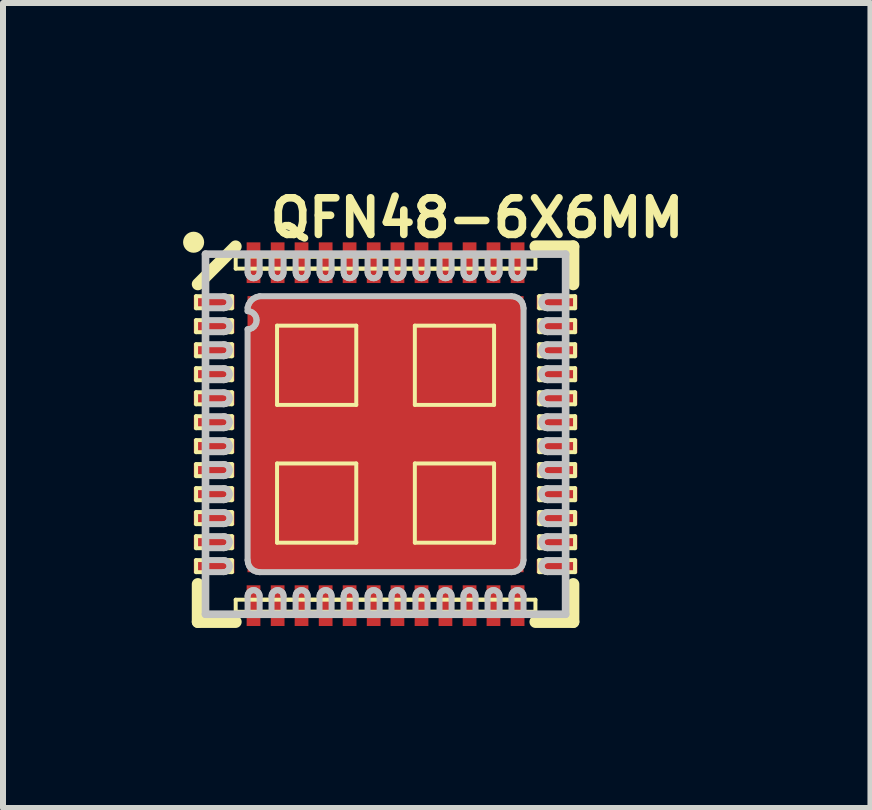
<source format=kicad_pcb>
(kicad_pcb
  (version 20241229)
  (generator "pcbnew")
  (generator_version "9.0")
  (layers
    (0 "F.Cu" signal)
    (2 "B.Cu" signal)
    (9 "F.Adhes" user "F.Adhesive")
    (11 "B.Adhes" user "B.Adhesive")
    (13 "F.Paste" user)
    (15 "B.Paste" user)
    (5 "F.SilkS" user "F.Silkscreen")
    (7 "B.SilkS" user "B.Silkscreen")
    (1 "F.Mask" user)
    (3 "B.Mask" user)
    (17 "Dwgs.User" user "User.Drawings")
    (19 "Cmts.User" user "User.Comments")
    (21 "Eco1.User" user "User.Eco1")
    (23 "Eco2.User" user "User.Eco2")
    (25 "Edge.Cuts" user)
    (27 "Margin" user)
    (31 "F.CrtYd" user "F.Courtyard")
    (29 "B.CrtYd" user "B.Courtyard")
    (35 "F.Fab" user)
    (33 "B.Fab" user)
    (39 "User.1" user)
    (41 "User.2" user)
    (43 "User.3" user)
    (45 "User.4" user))
  (footprint "QFN48-6X6MM"
    (layer "F.Cu")
    (at 3.374 4.184)
    (property "Reference" "QFN48-6X6MM" (at 1.524 -3.604 0) (layer "F.SilkS") (effects (font (size 0.61 0.61) (thickness 0.127))))
    (attr smd)
    (fp_line (start -3.157 -2.299) (end -2.56 -2.299) (stroke (width 0.066) (type solid)) (layer "F.SilkS"))
    (fp_line (start -3.157 -2.098) (end -3.157 -2.299) (stroke (width 0.066) (type solid)) (layer "F.SilkS"))
    (fp_line (start -3.157 -2.098) (end -2.56 -2.098) (stroke (width 0.066) (type solid)) (layer "F.SilkS"))
    (fp_line (start -3.157 -1.9) (end -2.56 -1.9) (stroke (width 0.066) (type solid)) (layer "F.SilkS"))
    (fp_line (start -3.157 -1.699) (end -3.157 -1.9) (stroke (width 0.066) (type solid)) (layer "F.SilkS"))
    (fp_line (start -3.157 -1.699) (end -2.56 -1.699) (stroke (width 0.066) (type solid)) (layer "F.SilkS"))
    (fp_line (start -3.157 -1.499) (end -2.56 -1.499) (stroke (width 0.066) (type solid)) (layer "F.SilkS"))
    (fp_line (start -3.157 -1.298) (end -3.157 -1.499) (stroke (width 0.066) (type solid)) (layer "F.SilkS"))
    (fp_line (start -3.157 -1.298) (end -2.56 -1.298) (stroke (width 0.066) (type solid)) (layer "F.SilkS"))
    (fp_line (start -3.157 -1.1) (end -2.56 -1.1) (stroke (width 0.066) (type solid)) (layer "F.SilkS"))
    (fp_line (start -3.157 -0.899) (end -3.157 -1.1) (stroke (width 0.066) (type solid)) (layer "F.SilkS"))
    (fp_line (start -3.157 -0.899) (end -2.56 -0.899) (stroke (width 0.066) (type solid)) (layer "F.SilkS"))
    (fp_line (start -3.157 -0.699) (end -2.56 -0.699) (stroke (width 0.066) (type solid)) (layer "F.SilkS"))
    (fp_line (start -3.157 -0.498) (end -3.157 -0.699) (stroke (width 0.066) (type solid)) (layer "F.SilkS"))
    (fp_line (start -3.157 -0.498) (end -2.56 -0.498) (stroke (width 0.066) (type solid)) (layer "F.SilkS"))
    (fp_line (start -3.157 -0.3) (end -2.56 -0.3) (stroke (width 0.066) (type solid)) (layer "F.SilkS"))
    (fp_line (start -3.157 -0.099) (end -3.157 -0.3) (stroke (width 0.066) (type solid)) (layer "F.SilkS"))
    (fp_line (start -3.157 -0.099) (end -2.56 -0.099) (stroke (width 0.066) (type solid)) (layer "F.SilkS"))
    (fp_line (start -3.157 0.099) (end -2.56 0.099) (stroke (width 0.066) (type solid)) (layer "F.SilkS"))
    (fp_line (start -3.157 0.3) (end -3.157 0.099) (stroke (width 0.066) (type solid)) (layer "F.SilkS"))
    (fp_line (start -3.157 0.3) (end -2.56 0.3) (stroke (width 0.066) (type solid)) (layer "F.SilkS"))
    (fp_line (start -3.157 0.498) (end -2.56 0.498) (stroke (width 0.066) (type solid)) (layer "F.SilkS"))
    (fp_line (start -3.157 0.699) (end -3.157 0.498) (stroke (width 0.066) (type solid)) (layer "F.SilkS"))
    (fp_line (start -3.157 0.699) (end -2.56 0.699) (stroke (width 0.066) (type solid)) (layer "F.SilkS"))
    (fp_line (start -3.157 0.899) (end -2.56 0.899) (stroke (width 0.066) (type solid)) (layer "F.SilkS"))
    (fp_line (start -3.157 1.1) (end -3.157 0.899) (stroke (width 0.066) (type solid)) (layer "F.SilkS"))
    (fp_line (start -3.157 1.1) (end -2.56 1.1) (stroke (width 0.066) (type solid)) (layer "F.SilkS"))
    (fp_line (start -3.157 1.298) (end -2.56 1.298) (stroke (width 0.066) (type solid)) (layer "F.SilkS"))
    (fp_line (start -3.157 1.499) (end -3.157 1.298) (stroke (width 0.066) (type solid)) (layer "F.SilkS"))
    (fp_line (start -3.157 1.499) (end -2.56 1.499) (stroke (width 0.066) (type solid)) (layer "F.SilkS"))
    (fp_line (start -3.157 1.699) (end -2.56 1.699) (stroke (width 0.066) (type solid)) (layer "F.SilkS"))
    (fp_line (start -3.157 1.9) (end -3.157 1.699) (stroke (width 0.066) (type solid)) (layer "F.SilkS"))
    (fp_line (start -3.157 1.9) (end -2.56 1.9) (stroke (width 0.066) (type solid)) (layer "F.SilkS"))
    (fp_line (start -3.157 2.098) (end -2.56 2.098) (stroke (width 0.066) (type solid)) (layer "F.SilkS"))
    (fp_line (start -3.157 2.299) (end -3.157 2.098) (stroke (width 0.066) (type solid)) (layer "F.SilkS"))
    (fp_line (start -3.157 2.299) (end -2.56 2.299) (stroke (width 0.066) (type solid)) (layer "F.SilkS"))
    (fp_line (start -3.127 -2.499) (end -2.499 -3.127) (stroke (width 0.203) (type solid)) (layer "F.SilkS"))
    (fp_line (start -3.127 2.499) (end -3.127 3.127) (stroke (width 0.203) (type solid)) (layer "F.SilkS"))
    (fp_line (start -3.127 3.127) (end -2.499 3.127) (stroke (width 0.203) (type solid)) (layer "F.SilkS"))
    (fp_line (start -2.56 -2.098) (end -2.56 -2.299) (stroke (width 0.066) (type solid)) (layer "F.SilkS"))
    (fp_line (start -2.56 -1.699) (end -2.56 -1.9) (stroke (width 0.066) (type solid)) (layer "F.SilkS"))
    (fp_line (start -2.56 -1.298) (end -2.56 -1.499) (stroke (width 0.066) (type solid)) (layer "F.SilkS"))
    (fp_line (start -2.56 -0.899) (end -2.56 -1.1) (stroke (width 0.066) (type solid)) (layer "F.SilkS"))
    (fp_line (start -2.56 -0.498) (end -2.56 -0.699) (stroke (width 0.066) (type solid)) (layer "F.SilkS"))
    (fp_line (start -2.56 -0.099) (end -2.56 -0.3) (stroke (width 0.066) (type solid)) (layer "F.SilkS"))
    (fp_line (start -2.56 0.3) (end -2.56 0.099) (stroke (width 0.066) (type solid)) (layer "F.SilkS"))
    (fp_line (start -2.56 0.699) (end -2.56 0.498) (stroke (width 0.066) (type solid)) (layer "F.SilkS"))
    (fp_line (start -2.56 1.1) (end -2.56 0.899) (stroke (width 0.066) (type solid)) (layer "F.SilkS"))
    (fp_line (start -2.56 1.499) (end -2.56 1.298) (stroke (width 0.066) (type solid)) (layer "F.SilkS"))
    (fp_line (start -2.56 1.9) (end -2.56 1.699) (stroke (width 0.066) (type solid)) (layer "F.SilkS"))
    (fp_line (start -2.56 2.299) (end -2.56 2.098) (stroke (width 0.066) (type solid)) (layer "F.SilkS"))
    (fp_line (start -2.497 -2.959) (end -1.902 -2.959) (stroke (width 0.066) (type solid)) (layer "F.SilkS"))
    (fp_line (start -2.497 -2.758) (end -2.497 -2.959) (stroke (width 0.066) (type solid)) (layer "F.SilkS"))
    (fp_line (start -2.497 -2.758) (end -1.902 -2.758) (stroke (width 0.066) (type solid)) (layer "F.SilkS"))
    (fp_line (start -2.497 2.758) (end -1.902 2.758) (stroke (width 0.066) (type solid)) (layer "F.SilkS"))
    (fp_line (start -2.497 2.959) (end -2.497 2.758) (stroke (width 0.066) (type solid)) (layer "F.SilkS"))
    (fp_line (start -2.497 2.959) (end -1.902 2.959) (stroke (width 0.066) (type solid)) (layer "F.SilkS"))
    (fp_line (start -2.095 -2.959) (end -1.501 -2.959) (stroke (width 0.066) (type solid)) (layer "F.SilkS"))
    (fp_line (start -2.095 -2.758) (end -2.095 -2.959) (stroke (width 0.066) (type solid)) (layer "F.SilkS"))
    (fp_line (start -2.095 -2.758) (end -1.501 -2.758) (stroke (width 0.066) (type solid)) (layer "F.SilkS"))
    (fp_line (start -2.095 2.758) (end -1.501 2.758) (stroke (width 0.066) (type solid)) (layer "F.SilkS"))
    (fp_line (start -2.095 2.959) (end -2.095 2.758) (stroke (width 0.066) (type solid)) (layer "F.SilkS"))
    (fp_line (start -2.095 2.959) (end -1.501 2.959) (stroke (width 0.066) (type solid)) (layer "F.SilkS"))
    (fp_line (start -1.902 -2.758) (end -1.902 -2.959) (stroke (width 0.066) (type solid)) (layer "F.SilkS"))
    (fp_line (start -1.902 2.959) (end -1.902 2.758) (stroke (width 0.066) (type solid)) (layer "F.SilkS"))
    (fp_line (start -1.808 -1.808) (end -0.488 -1.808) (stroke (width 0.066) (type solid)) (layer "F.SilkS"))
    (fp_line (start -1.808 -0.488) (end -1.808 -1.808) (stroke (width 0.066) (type solid)) (layer "F.SilkS"))
    (fp_line (start -1.808 -0.488) (end -0.488 -0.488) (stroke (width 0.066) (type solid)) (layer "F.SilkS"))
    (fp_line (start -1.808 0.488) (end -0.488 0.488) (stroke (width 0.066) (type solid)) (layer "F.SilkS"))
    (fp_line (start -1.808 1.808) (end -1.808 0.488) (stroke (width 0.066) (type solid)) (layer "F.SilkS"))
    (fp_line (start -1.808 1.808) (end -0.488 1.808) (stroke (width 0.066) (type solid)) (layer "F.SilkS"))
    (fp_line (start -1.697 -2.959) (end -1.102 -2.959) (stroke (width 0.066) (type solid)) (layer "F.SilkS"))
    (fp_line (start -1.697 -2.758) (end -1.697 -2.959) (stroke (width 0.066) (type solid)) (layer "F.SilkS"))
    (fp_line (start -1.697 -2.758) (end -1.102 -2.758) (stroke (width 0.066) (type solid)) (layer "F.SilkS"))
    (fp_line (start -1.697 2.758) (end -1.102 2.758) (stroke (width 0.066) (type solid)) (layer "F.SilkS"))
    (fp_line (start -1.697 2.959) (end -1.697 2.758) (stroke (width 0.066) (type solid)) (layer "F.SilkS"))
    (fp_line (start -1.697 2.959) (end -1.102 2.959) (stroke (width 0.066) (type solid)) (layer "F.SilkS"))
    (fp_line (start -1.501 -2.758) (end -1.501 -2.959) (stroke (width 0.066) (type solid)) (layer "F.SilkS"))
    (fp_line (start -1.501 2.959) (end -1.501 2.758) (stroke (width 0.066) (type solid)) (layer "F.SilkS"))
    (fp_line (start -1.295 -2.959) (end -0.701 -2.959) (stroke (width 0.066) (type solid)) (layer "F.SilkS"))
    (fp_line (start -1.295 -2.758) (end -1.295 -2.959) (stroke (width 0.066) (type solid)) (layer "F.SilkS"))
    (fp_line (start -1.295 -2.758) (end -0.701 -2.758) (stroke (width 0.066) (type solid)) (layer "F.SilkS"))
    (fp_line (start -1.295 2.758) (end -0.701 2.758) (stroke (width 0.066) (type solid)) (layer "F.SilkS"))
    (fp_line (start -1.295 2.959) (end -1.295 2.758) (stroke (width 0.066) (type solid)) (layer "F.SilkS"))
    (fp_line (start -1.295 2.959) (end -0.701 2.959) (stroke (width 0.066) (type solid)) (layer "F.SilkS"))
    (fp_line (start -1.102 -2.758) (end -1.102 -2.959) (stroke (width 0.066) (type solid)) (layer "F.SilkS"))
    (fp_line (start -1.102 2.959) (end -1.102 2.758) (stroke (width 0.066) (type solid)) (layer "F.SilkS"))
    (fp_line (start -0.897 -2.959) (end -0.302 -2.959) (stroke (width 0.066) (type solid)) (layer "F.SilkS"))
    (fp_line (start -0.897 -2.758) (end -0.897 -2.959) (stroke (width 0.066) (type solid)) (layer "F.SilkS"))
    (fp_line (start -0.897 -2.758) (end -0.302 -2.758) (stroke (width 0.066) (type solid)) (layer "F.SilkS"))
    (fp_line (start -0.897 2.758) (end -0.302 2.758) (stroke (width 0.066) (type solid)) (layer "F.SilkS"))
    (fp_line (start -0.897 2.959) (end -0.897 2.758) (stroke (width 0.066) (type solid)) (layer "F.SilkS"))
    (fp_line (start -0.897 2.959) (end -0.302 2.959) (stroke (width 0.066) (type solid)) (layer "F.SilkS"))
    (fp_line (start -0.701 -2.758) (end -0.701 -2.959) (stroke (width 0.066) (type solid)) (layer "F.SilkS"))
    (fp_line (start -0.701 2.959) (end -0.701 2.758) (stroke (width 0.066) (type solid)) (layer "F.SilkS"))
    (fp_line (start -0.495 -2.959) (end 0.097 -2.959) (stroke (width 0.066) (type solid)) (layer "F.SilkS"))
    (fp_line (start -0.495 -2.758) (end -0.495 -2.959) (stroke (width 0.066) (type solid)) (layer "F.SilkS"))
    (fp_line (start -0.495 -2.758) (end 0.097 -2.758) (stroke (width 0.066) (type solid)) (layer "F.SilkS"))
    (fp_line (start -0.495 2.758) (end 0.097 2.758) (stroke (width 0.066) (type solid)) (layer "F.SilkS"))
    (fp_line (start -0.495 2.959) (end -0.495 2.758) (stroke (width 0.066) (type solid)) (layer "F.SilkS"))
    (fp_line (start -0.495 2.959) (end 0.097 2.959) (stroke (width 0.066) (type solid)) (layer "F.SilkS"))
    (fp_line (start -0.488 -0.488) (end -0.488 -1.808) (stroke (width 0.066) (type solid)) (layer "F.SilkS"))
    (fp_line (start -0.488 1.808) (end -0.488 0.488) (stroke (width 0.066) (type solid)) (layer "F.SilkS"))
    (fp_line (start -0.302 -2.758) (end -0.302 -2.959) (stroke (width 0.066) (type solid)) (layer "F.SilkS"))
    (fp_line (start -0.302 2.959) (end -0.302 2.758) (stroke (width 0.066) (type solid)) (layer "F.SilkS"))
    (fp_line (start -0.097 -2.959) (end 0.495 -2.959) (stroke (width 0.066) (type solid)) (layer "F.SilkS"))
    (fp_line (start -0.097 -2.758) (end -0.097 -2.959) (stroke (width 0.066) (type solid)) (layer "F.SilkS"))
    (fp_line (start -0.097 -2.758) (end 0.495 -2.758) (stroke (width 0.066) (type solid)) (layer "F.SilkS"))
    (fp_line (start -0.097 2.758) (end 0.495 2.758) (stroke (width 0.066) (type solid)) (layer "F.SilkS"))
    (fp_line (start -0.097 2.959) (end -0.097 2.758) (stroke (width 0.066) (type solid)) (layer "F.SilkS"))
    (fp_line (start -0.097 2.959) (end 0.495 2.959) (stroke (width 0.066) (type solid)) (layer "F.SilkS"))
    (fp_line (start 0.097 -2.758) (end 0.097 -2.959) (stroke (width 0.066) (type solid)) (layer "F.SilkS"))
    (fp_line (start 0.097 2.959) (end 0.097 2.758) (stroke (width 0.066) (type solid)) (layer "F.SilkS"))
    (fp_line (start 0.302 -2.959) (end 0.897 -2.959) (stroke (width 0.066) (type solid)) (layer "F.SilkS"))
    (fp_line (start 0.302 -2.758) (end 0.302 -2.959) (stroke (width 0.066) (type solid)) (layer "F.SilkS"))
    (fp_line (start 0.302 -2.758) (end 0.897 -2.758) (stroke (width 0.066) (type solid)) (layer "F.SilkS"))
    (fp_line (start 0.302 2.758) (end 0.897 2.758) (stroke (width 0.066) (type solid)) (layer "F.SilkS"))
    (fp_line (start 0.302 2.959) (end 0.302 2.758) (stroke (width 0.066) (type solid)) (layer "F.SilkS"))
    (fp_line (start 0.302 2.959) (end 0.897 2.959) (stroke (width 0.066) (type solid)) (layer "F.SilkS"))
    (fp_line (start 0.488 -1.808) (end 1.808 -1.808) (stroke (width 0.066) (type solid)) (layer "F.SilkS"))
    (fp_line (start 0.488 -0.488) (end 0.488 -1.808) (stroke (width 0.066) (type solid)) (layer "F.SilkS"))
    (fp_line (start 0.488 -0.488) (end 1.808 -0.488) (stroke (width 0.066) (type solid)) (layer "F.SilkS"))
    (fp_line (start 0.488 0.488) (end 1.808 0.488) (stroke (width 0.066) (type solid)) (layer "F.SilkS"))
    (fp_line (start 0.488 1.808) (end 0.488 0.488) (stroke (width 0.066) (type solid)) (layer "F.SilkS"))
    (fp_line (start 0.488 1.808) (end 1.808 1.808) (stroke (width 0.066) (type solid)) (layer "F.SilkS"))
    (fp_line (start 0.495 -2.758) (end 0.495 -2.959) (stroke (width 0.066) (type solid)) (layer "F.SilkS"))
    (fp_line (start 0.495 2.959) (end 0.495 2.758) (stroke (width 0.066) (type solid)) (layer "F.SilkS"))
    (fp_line (start 0.701 -2.959) (end 1.295 -2.959) (stroke (width 0.066) (type solid)) (layer "F.SilkS"))
    (fp_line (start 0.701 -2.758) (end 0.701 -2.959) (stroke (width 0.066) (type solid)) (layer "F.SilkS"))
    (fp_line (start 0.701 -2.758) (end 1.295 -2.758) (stroke (width 0.066) (type solid)) (layer "F.SilkS"))
    (fp_line (start 0.701 2.758) (end 1.295 2.758) (stroke (width 0.066) (type solid)) (layer "F.SilkS"))
    (fp_line (start 0.701 2.959) (end 0.701 2.758) (stroke (width 0.066) (type solid)) (layer "F.SilkS"))
    (fp_line (start 0.701 2.959) (end 1.295 2.959) (stroke (width 0.066) (type solid)) (layer "F.SilkS"))
    (fp_line (start 0.897 -2.758) (end 0.897 -2.959) (stroke (width 0.066) (type solid)) (layer "F.SilkS"))
    (fp_line (start 0.897 2.959) (end 0.897 2.758) (stroke (width 0.066) (type solid)) (layer "F.SilkS"))
    (fp_line (start 1.102 -2.959) (end 1.697 -2.959) (stroke (width 0.066) (type solid)) (layer "F.SilkS"))
    (fp_line (start 1.102 -2.758) (end 1.102 -2.959) (stroke (width 0.066) (type solid)) (layer "F.SilkS"))
    (fp_line (start 1.102 -2.758) (end 1.697 -2.758) (stroke (width 0.066) (type solid)) (layer "F.SilkS"))
    (fp_line (start 1.102 2.758) (end 1.697 2.758) (stroke (width 0.066) (type solid)) (layer "F.SilkS"))
    (fp_line (start 1.102 2.959) (end 1.102 2.758) (stroke (width 0.066) (type solid)) (layer "F.SilkS"))
    (fp_line (start 1.102 2.959) (end 1.697 2.959) (stroke (width 0.066) (type solid)) (layer "F.SilkS"))
    (fp_line (start 1.295 -2.758) (end 1.295 -2.959) (stroke (width 0.066) (type solid)) (layer "F.SilkS"))
    (fp_line (start 1.295 2.959) (end 1.295 2.758) (stroke (width 0.066) (type solid)) (layer "F.SilkS"))
    (fp_line (start 1.501 -2.959) (end 2.095 -2.959) (stroke (width 0.066) (type solid)) (layer "F.SilkS"))
    (fp_line (start 1.501 -2.758) (end 1.501 -2.959) (stroke (width 0.066) (type solid)) (layer "F.SilkS"))
    (fp_line (start 1.501 -2.758) (end 2.095 -2.758) (stroke (width 0.066) (type solid)) (layer "F.SilkS"))
    (fp_line (start 1.501 2.758) (end 2.095 2.758) (stroke (width 0.066) (type solid)) (layer "F.SilkS"))
    (fp_line (start 1.501 2.959) (end 1.501 2.758) (stroke (width 0.066) (type solid)) (layer "F.SilkS"))
    (fp_line (start 1.501 2.959) (end 2.095 2.959) (stroke (width 0.066) (type solid)) (layer "F.SilkS"))
    (fp_line (start 1.697 -2.758) (end 1.697 -2.959) (stroke (width 0.066) (type solid)) (layer "F.SilkS"))
    (fp_line (start 1.697 2.959) (end 1.697 2.758) (stroke (width 0.066) (type solid)) (layer "F.SilkS"))
    (fp_line (start 1.808 -0.488) (end 1.808 -1.808) (stroke (width 0.066) (type solid)) (layer "F.SilkS"))
    (fp_line (start 1.808 1.808) (end 1.808 0.488) (stroke (width 0.066) (type solid)) (layer "F.SilkS"))
    (fp_line (start 1.902 -2.959) (end 2.497 -2.959) (stroke (width 0.066) (type solid)) (layer "F.SilkS"))
    (fp_line (start 1.902 -2.758) (end 1.902 -2.959) (stroke (width 0.066) (type solid)) (layer "F.SilkS"))
    (fp_line (start 1.902 -2.758) (end 2.497 -2.758) (stroke (width 0.066) (type solid)) (layer "F.SilkS"))
    (fp_line (start 1.902 2.758) (end 2.497 2.758) (stroke (width 0.066) (type solid)) (layer "F.SilkS"))
    (fp_line (start 1.902 2.959) (end 1.902 2.758) (stroke (width 0.066) (type solid)) (layer "F.SilkS"))
    (fp_line (start 1.902 2.959) (end 2.497 2.959) (stroke (width 0.066) (type solid)) (layer "F.SilkS"))
    (fp_line (start 2.095 -2.758) (end 2.095 -2.959) (stroke (width 0.066) (type solid)) (layer "F.SilkS"))
    (fp_line (start 2.095 2.959) (end 2.095 2.758) (stroke (width 0.066) (type solid)) (layer "F.SilkS"))
    (fp_line (start 2.497 -2.758) (end 2.497 -2.959) (stroke (width 0.066) (type solid)) (layer "F.SilkS"))
    (fp_line (start 2.497 2.959) (end 2.497 2.758) (stroke (width 0.066) (type solid)) (layer "F.SilkS"))
    (fp_line (start 2.499 3.127) (end 3.127 3.127) (stroke (width 0.203) (type solid)) (layer "F.SilkS"))
    (fp_line (start 2.56 -2.299) (end 3.157 -2.299) (stroke (width 0.066) (type solid)) (layer "F.SilkS"))
    (fp_line (start 2.56 -2.098) (end 2.56 -2.299) (stroke (width 0.066) (type solid)) (layer "F.SilkS"))
    (fp_line (start 2.56 -2.098) (end 3.157 -2.098) (stroke (width 0.066) (type solid)) (layer "F.SilkS"))
    (fp_line (start 2.56 -1.9) (end 3.157 -1.9) (stroke (width 0.066) (type solid)) (layer "F.SilkS"))
    (fp_line (start 2.56 -1.699) (end 2.56 -1.9) (stroke (width 0.066) (type solid)) (layer "F.SilkS"))
    (fp_line (start 2.56 -1.699) (end 3.157 -1.699) (stroke (width 0.066) (type solid)) (layer "F.SilkS"))
    (fp_line (start 2.56 -1.499) (end 3.157 -1.499) (stroke (width 0.066) (type solid)) (layer "F.SilkS"))
    (fp_line (start 2.56 -1.298) (end 2.56 -1.499) (stroke (width 0.066) (type solid)) (layer "F.SilkS"))
    (fp_line (start 2.56 -1.298) (end 3.157 -1.298) (stroke (width 0.066) (type solid)) (layer "F.SilkS"))
    (fp_line (start 2.56 -1.1) (end 3.157 -1.1) (stroke (width 0.066) (type solid)) (layer "F.SilkS"))
    (fp_line (start 2.56 -0.899) (end 2.56 -1.1) (stroke (width 0.066) (type solid)) (layer "F.SilkS"))
    (fp_line (start 2.56 -0.899) (end 3.157 -0.899) (stroke (width 0.066) (type solid)) (layer "F.SilkS"))
    (fp_line (start 2.56 -0.699) (end 3.157 -0.699) (stroke (width 0.066) (type solid)) (layer "F.SilkS"))
    (fp_line (start 2.56 -0.498) (end 2.56 -0.699) (stroke (width 0.066) (type solid)) (layer "F.SilkS"))
    (fp_line (start 2.56 -0.498) (end 3.157 -0.498) (stroke (width 0.066) (type solid)) (layer "F.SilkS"))
    (fp_line (start 2.56 -0.3) (end 3.157 -0.3) (stroke (width 0.066) (type solid)) (layer "F.SilkS"))
    (fp_line (start 2.56 -0.099) (end 2.56 -0.3) (stroke (width 0.066) (type solid)) (layer "F.SilkS"))
    (fp_line (start 2.56 -0.099) (end 3.157 -0.099) (stroke (width 0.066) (type solid)) (layer "F.SilkS"))
    (fp_line (start 2.56 0.099) (end 3.157 0.099) (stroke (width 0.066) (type solid)) (layer "F.SilkS"))
    (fp_line (start 2.56 0.3) (end 2.56 0.099) (stroke (width 0.066) (type solid)) (layer "F.SilkS"))
    (fp_line (start 2.56 0.3) (end 3.157 0.3) (stroke (width 0.066) (type solid)) (layer "F.SilkS"))
    (fp_line (start 2.56 0.498) (end 3.157 0.498) (stroke (width 0.066) (type solid)) (layer "F.SilkS"))
    (fp_line (start 2.56 0.699) (end 2.56 0.498) (stroke (width 0.066) (type solid)) (layer "F.SilkS"))
    (fp_line (start 2.56 0.699) (end 3.157 0.699) (stroke (width 0.066) (type solid)) (layer "F.SilkS"))
    (fp_line (start 2.56 0.899) (end 3.157 0.899) (stroke (width 0.066) (type solid)) (layer "F.SilkS"))
    (fp_line (start 2.56 1.1) (end 2.56 0.899) (stroke (width 0.066) (type solid)) (layer "F.SilkS"))
    (fp_line (start 2.56 1.1) (end 3.157 1.1) (stroke (width 0.066) (type solid)) (layer "F.SilkS"))
    (fp_line (start 2.56 1.298) (end 3.157 1.298) (stroke (width 0.066) (type solid)) (layer "F.SilkS"))
    (fp_line (start 2.56 1.499) (end 2.56 1.298) (stroke (width 0.066) (type solid)) (layer "F.SilkS"))
    (fp_line (start 2.56 1.499) (end 3.157 1.499) (stroke (width 0.066) (type solid)) (layer "F.SilkS"))
    (fp_line (start 2.56 1.699) (end 3.157 1.699) (stroke (width 0.066) (type solid)) (layer "F.SilkS"))
    (fp_line (start 2.56 1.9) (end 2.56 1.699) (stroke (width 0.066) (type solid)) (layer "F.SilkS"))
    (fp_line (start 2.56 1.9) (end 3.157 1.9) (stroke (width 0.066) (type solid)) (layer "F.SilkS"))
    (fp_line (start 2.56 2.098) (end 3.157 2.098) (stroke (width 0.066) (type solid)) (layer "F.SilkS"))
    (fp_line (start 2.56 2.299) (end 2.56 2.098) (stroke (width 0.066) (type solid)) (layer "F.SilkS"))
    (fp_line (start 2.56 2.299) (end 3.157 2.299) (stroke (width 0.066) (type solid)) (layer "F.SilkS"))
    (fp_line (start 3.127 -3.127) (end 2.499 -3.127) (stroke (width 0.203) (type solid)) (layer "F.SilkS"))
    (fp_line (start 3.127 -2.499) (end 3.127 -3.127) (stroke (width 0.203) (type solid)) (layer "F.SilkS"))
    (fp_line (start 3.127 3.127) (end 3.127 2.499) (stroke (width 0.203) (type solid)) (layer "F.SilkS"))
    (fp_line (start 3.157 -2.098) (end 3.157 -2.299) (stroke (width 0.066) (type solid)) (layer "F.SilkS"))
    (fp_line (start 3.157 -1.699) (end 3.157 -1.9) (stroke (width 0.066) (type solid)) (layer "F.SilkS"))
    (fp_line (start 3.157 -1.298) (end 3.157 -1.499) (stroke (width 0.066) (type solid)) (layer "F.SilkS"))
    (fp_line (start 3.157 -0.899) (end 3.157 -1.1) (stroke (width 0.066) (type solid)) (layer "F.SilkS"))
    (fp_line (start 3.157 -0.498) (end 3.157 -0.699) (stroke (width 0.066) (type solid)) (layer "F.SilkS"))
    (fp_line (start 3.157 -0.099) (end 3.157 -0.3) (stroke (width 0.066) (type solid)) (layer "F.SilkS"))
    (fp_line (start 3.157 0.3) (end 3.157 0.099) (stroke (width 0.066) (type solid)) (layer "F.SilkS"))
    (fp_line (start 3.157 0.699) (end 3.157 0.498) (stroke (width 0.066) (type solid)) (layer "F.SilkS"))
    (fp_line (start 3.157 1.1) (end 3.157 0.899) (stroke (width 0.066) (type solid)) (layer "F.SilkS"))
    (fp_line (start 3.157 1.499) (end 3.157 1.298) (stroke (width 0.066) (type solid)) (layer "F.SilkS"))
    (fp_line (start 3.157 1.9) (end 3.157 1.699) (stroke (width 0.066) (type solid)) (layer "F.SilkS"))
    (fp_line (start 3.157 2.299) (end 3.157 2.098) (stroke (width 0.066) (type solid)) (layer "F.SilkS"))
    (fp_circle (center -3.198 -3.198) (end -3.322 -3.322) (stroke (width 0) (type solid)) (fill yes) (layer "F.SilkS"))
    (fp_line (start -3 -3) (end -3 3) (stroke (width 0.127) (type solid)) (layer "Dwgs.User"))
    (fp_line (start -3 -2.299) (end -3 -2.098) (stroke (width 0.1) (type solid)) (layer "Dwgs.User"))
    (fp_line (start -3 -2.098) (end -2.697 -2.098) (stroke (width 0.1) (type solid)) (layer "Dwgs.User"))
    (fp_line (start -3 -1.9) (end -3 -1.699) (stroke (width 0.1) (type solid)) (layer "Dwgs.User"))
    (fp_line (start -3 -1.699) (end -2.697 -1.699) (stroke (width 0.1) (type solid)) (layer "Dwgs.User"))
    (fp_line (start -3 -1.499) (end -3 -1.298) (stroke (width 0.1) (type solid)) (layer "Dwgs.User"))
    (fp_line (start -3 -1.298) (end -2.697 -1.298) (stroke (width 0.1) (type solid)) (layer "Dwgs.User"))
    (fp_line (start -3 -1.1) (end -3 -0.899) (stroke (width 0.1) (type solid)) (layer "Dwgs.User"))
    (fp_line (start -3 -0.899) (end -2.697 -0.899) (stroke (width 0.1) (type solid)) (layer "Dwgs.User"))
    (fp_line (start -3 -0.699) (end -3 -0.498) (stroke (width 0.1) (type solid)) (layer "Dwgs.User"))
    (fp_line (start -3 -0.498) (end -2.697 -0.498) (stroke (width 0.1) (type solid)) (layer "Dwgs.User"))
    (fp_line (start -3 -0.3) (end -3 -0.099) (stroke (width 0.1) (type solid)) (layer "Dwgs.User"))
    (fp_line (start -3 -0.099) (end -2.697 -0.099) (stroke (width 0.1) (type solid)) (layer "Dwgs.User"))
    (fp_line (start -3 0.099) (end -3 0.3) (stroke (width 0.1) (type solid)) (layer "Dwgs.User"))
    (fp_line (start -3 0.3) (end -2.697 0.3) (stroke (width 0.1) (type solid)) (layer "Dwgs.User"))
    (fp_line (start -3 0.498) (end -3 0.699) (stroke (width 0.1) (type solid)) (layer "Dwgs.User"))
    (fp_line (start -3 0.699) (end -2.697 0.699) (stroke (width 0.1) (type solid)) (layer "Dwgs.User"))
    (fp_line (start -3 0.899) (end -3 1.1) (stroke (width 0.1) (type solid)) (layer "Dwgs.User"))
    (fp_line (start -3 1.1) (end -2.697 1.1) (stroke (width 0.1) (type solid)) (layer "Dwgs.User"))
    (fp_line (start -3 1.298) (end -3 1.499) (stroke (width 0.1) (type solid)) (layer "Dwgs.User"))
    (fp_line (start -3 1.499) (end -2.697 1.499) (stroke (width 0.1) (type solid)) (layer "Dwgs.User"))
    (fp_line (start -3 1.699) (end -3 1.9) (stroke (width 0.1) (type solid)) (layer "Dwgs.User"))
    (fp_line (start -3 1.9) (end -2.697 1.9) (stroke (width 0.1) (type solid)) (layer "Dwgs.User"))
    (fp_line (start -3 2.098) (end -3 2.299) (stroke (width 0.1) (type solid)) (layer "Dwgs.User"))
    (fp_line (start -3 2.299) (end -2.697 2.299) (stroke (width 0.1) (type solid)) (layer "Dwgs.User"))
    (fp_line (start -3 3) (end 3 3) (stroke (width 0.127) (type solid)) (layer "Dwgs.User"))
    (fp_line (start -2.697 -2.299) (end -3 -2.299) (stroke (width 0.1) (type solid)) (layer "Dwgs.User"))
    (fp_line (start -2.697 -2.098) (end -2.667 -2.103) (stroke (width 0.1) (type solid)) (layer "Dwgs.User"))
    (fp_line (start -2.697 -1.9) (end -3 -1.9) (stroke (width 0.1) (type solid)) (layer "Dwgs.User"))
    (fp_line (start -2.697 -1.699) (end -2.667 -1.704) (stroke (width 0.1) (type solid)) (layer "Dwgs.User"))
    (fp_line (start -2.697 -1.499) (end -3 -1.499) (stroke (width 0.1) (type solid)) (layer "Dwgs.User"))
    (fp_line (start -2.697 -1.298) (end -2.667 -1.303) (stroke (width 0.1) (type solid)) (layer "Dwgs.User"))
    (fp_line (start -2.697 -1.1) (end -3 -1.1) (stroke (width 0.1) (type solid)) (layer "Dwgs.User"))
    (fp_line (start -2.697 -0.899) (end -2.667 -0.904) (stroke (width 0.1) (type solid)) (layer "Dwgs.User"))
    (fp_line (start -2.697 -0.699) (end -3 -0.699) (stroke (width 0.1) (type solid)) (layer "Dwgs.User"))
    (fp_line (start -2.697 -0.498) (end -2.667 -0.503) (stroke (width 0.1) (type solid)) (layer "Dwgs.User"))
    (fp_line (start -2.697 -0.3) (end -3 -0.3) (stroke (width 0.1) (type solid)) (layer "Dwgs.User"))
    (fp_line (start -2.697 -0.099) (end -2.667 -0.104) (stroke (width 0.1) (type solid)) (layer "Dwgs.User"))
    (fp_line (start -2.697 0.099) (end -3 0.099) (stroke (width 0.1) (type solid)) (layer "Dwgs.User"))
    (fp_line (start -2.697 0.3) (end -2.667 0.295) (stroke (width 0.1) (type solid)) (layer "Dwgs.User"))
    (fp_line (start -2.697 0.498) (end -3 0.498) (stroke (width 0.1) (type solid)) (layer "Dwgs.User"))
    (fp_line (start -2.697 0.699) (end -2.667 0.693) (stroke (width 0.1) (type solid)) (layer "Dwgs.User"))
    (fp_line (start -2.697 0.899) (end -3 0.899) (stroke (width 0.1) (type solid)) (layer "Dwgs.User"))
    (fp_line (start -2.697 1.1) (end -2.667 1.095) (stroke (width 0.1) (type solid)) (layer "Dwgs.User"))
    (fp_line (start -2.697 1.298) (end -3 1.298) (stroke (width 0.1) (type solid)) (layer "Dwgs.User"))
    (fp_line (start -2.697 1.499) (end -2.667 1.494) (stroke (width 0.1) (type solid)) (layer "Dwgs.User"))
    (fp_line (start -2.697 1.699) (end -3 1.699) (stroke (width 0.1) (type solid)) (layer "Dwgs.User"))
    (fp_line (start -2.697 1.9) (end -2.667 1.895) (stroke (width 0.1) (type solid)) (layer "Dwgs.User"))
    (fp_line (start -2.697 2.098) (end -3 2.098) (stroke (width 0.1) (type solid)) (layer "Dwgs.User"))
    (fp_line (start -2.697 2.299) (end -2.667 2.294) (stroke (width 0.1) (type solid)) (layer "Dwgs.User"))
    (fp_line (start -2.667 -2.294) (end -2.697 -2.299) (stroke (width 0.1) (type solid)) (layer "Dwgs.User"))
    (fp_line (start -2.667 -2.103) (end -2.639 -2.118) (stroke (width 0.1) (type solid)) (layer "Dwgs.User"))
    (fp_line (start -2.667 -1.895) (end -2.697 -1.9) (stroke (width 0.1) (type solid)) (layer "Dwgs.User"))
    (fp_line (start -2.667 -1.704) (end -2.639 -1.717) (stroke (width 0.1) (type solid)) (layer "Dwgs.User"))
    (fp_line (start -2.667 -1.494) (end -2.697 -1.499) (stroke (width 0.1) (type solid)) (layer "Dwgs.User"))
    (fp_line (start -2.667 -1.303) (end -2.639 -1.318) (stroke (width 0.1) (type solid)) (layer "Dwgs.User"))
    (fp_line (start -2.667 -1.095) (end -2.697 -1.1) (stroke (width 0.1) (type solid)) (layer "Dwgs.User"))
    (fp_line (start -2.667 -0.904) (end -2.639 -0.917) (stroke (width 0.1) (type solid)) (layer "Dwgs.User"))
    (fp_line (start -2.667 -0.693) (end -2.697 -0.699) (stroke (width 0.1) (type solid)) (layer "Dwgs.User"))
    (fp_line (start -2.667 -0.503) (end -2.639 -0.518) (stroke (width 0.1) (type solid)) (layer "Dwgs.User"))
    (fp_line (start -2.667 -0.295) (end -2.697 -0.3) (stroke (width 0.1) (type solid)) (layer "Dwgs.User"))
    (fp_line (start -2.667 -0.104) (end -2.639 -0.117) (stroke (width 0.1) (type solid)) (layer "Dwgs.User"))
    (fp_line (start -2.667 0.104) (end -2.697 0.099) (stroke (width 0.1) (type solid)) (layer "Dwgs.User"))
    (fp_line (start -2.667 0.295) (end -2.639 0.279) (stroke (width 0.1) (type solid)) (layer "Dwgs.User"))
    (fp_line (start -2.667 0.503) (end -2.697 0.498) (stroke (width 0.1) (type solid)) (layer "Dwgs.User"))
    (fp_line (start -2.667 0.693) (end -2.639 0.681) (stroke (width 0.1) (type solid)) (layer "Dwgs.User"))
    (fp_line (start -2.667 0.904) (end -2.697 0.899) (stroke (width 0.1) (type solid)) (layer "Dwgs.User"))
    (fp_line (start -2.667 1.095) (end -2.639 1.079) (stroke (width 0.1) (type solid)) (layer "Dwgs.User"))
    (fp_line (start -2.667 1.303) (end -2.697 1.298) (stroke (width 0.1) (type solid)) (layer "Dwgs.User"))
    (fp_line (start -2.667 1.494) (end -2.639 1.481) (stroke (width 0.1) (type solid)) (layer "Dwgs.User"))
    (fp_line (start -2.667 1.704) (end -2.697 1.699) (stroke (width 0.1) (type solid)) (layer "Dwgs.User"))
    (fp_line (start -2.667 1.895) (end -2.639 1.88) (stroke (width 0.1) (type solid)) (layer "Dwgs.User"))
    (fp_line (start -2.667 2.103) (end -2.697 2.098) (stroke (width 0.1) (type solid)) (layer "Dwgs.User"))
    (fp_line (start -2.667 2.294) (end -2.639 2.278) (stroke (width 0.1) (type solid)) (layer "Dwgs.User"))
    (fp_line (start -2.639 -2.278) (end -2.667 -2.294) (stroke (width 0.1) (type solid)) (layer "Dwgs.User"))
    (fp_line (start -2.639 -2.118) (end -2.619 -2.141) (stroke (width 0.1) (type solid)) (layer "Dwgs.User"))
    (fp_line (start -2.639 -1.88) (end -2.667 -1.895) (stroke (width 0.1) (type solid)) (layer "Dwgs.User"))
    (fp_line (start -2.639 -1.717) (end -2.619 -1.74) (stroke (width 0.1) (type solid)) (layer "Dwgs.User"))
    (fp_line (start -2.639 -1.481) (end -2.667 -1.494) (stroke (width 0.1) (type solid)) (layer "Dwgs.User"))
    (fp_line (start -2.639 -1.318) (end -2.619 -1.341) (stroke (width 0.1) (type solid)) (layer "Dwgs.User"))
    (fp_line (start -2.639 -1.079) (end -2.667 -1.095) (stroke (width 0.1) (type solid)) (layer "Dwgs.User"))
    (fp_line (start -2.639 -0.917) (end -2.619 -0.94) (stroke (width 0.1) (type solid)) (layer "Dwgs.User"))
    (fp_line (start -2.639 -0.681) (end -2.667 -0.693) (stroke (width 0.1) (type solid)) (layer "Dwgs.User"))
    (fp_line (start -2.639 -0.518) (end -2.619 -0.541) (stroke (width 0.1) (type solid)) (layer "Dwgs.User"))
    (fp_line (start -2.639 -0.279) (end -2.667 -0.295) (stroke (width 0.1) (type solid)) (layer "Dwgs.User"))
    (fp_line (start -2.639 -0.117) (end -2.619 -0.14) (stroke (width 0.1) (type solid)) (layer "Dwgs.User"))
    (fp_line (start -2.639 0.117) (end -2.667 0.104) (stroke (width 0.1) (type solid)) (layer "Dwgs.User"))
    (fp_line (start -2.639 0.279) (end -2.619 0.257) (stroke (width 0.1) (type solid)) (layer "Dwgs.User"))
    (fp_line (start -2.639 0.518) (end -2.667 0.503) (stroke (width 0.1) (type solid)) (layer "Dwgs.User"))
    (fp_line (start -2.639 0.681) (end -2.619 0.658) (stroke (width 0.1) (type solid)) (layer "Dwgs.User"))
    (fp_line (start -2.639 0.917) (end -2.667 0.904) (stroke (width 0.1) (type solid)) (layer "Dwgs.User"))
    (fp_line (start -2.639 1.079) (end -2.619 1.057) (stroke (width 0.1) (type solid)) (layer "Dwgs.User"))
    (fp_line (start -2.639 1.318) (end -2.667 1.303) (stroke (width 0.1) (type solid)) (layer "Dwgs.User"))
    (fp_line (start -2.639 1.481) (end -2.619 1.458) (stroke (width 0.1) (type solid)) (layer "Dwgs.User"))
    (fp_line (start -2.639 1.717) (end -2.667 1.704) (stroke (width 0.1) (type solid)) (layer "Dwgs.User"))
    (fp_line (start -2.639 1.88) (end -2.619 1.857) (stroke (width 0.1) (type solid)) (layer "Dwgs.User"))
    (fp_line (start -2.639 2.118) (end -2.667 2.103) (stroke (width 0.1) (type solid)) (layer "Dwgs.User"))
    (fp_line (start -2.639 2.278) (end -2.619 2.258) (stroke (width 0.1) (type solid)) (layer "Dwgs.User"))
    (fp_line (start -2.619 -2.258) (end -2.639 -2.278) (stroke (width 0.1) (type solid)) (layer "Dwgs.User"))
    (fp_line (start -2.619 -2.141) (end -2.603 -2.167) (stroke (width 0.1) (type solid)) (layer "Dwgs.User"))
    (fp_line (start -2.619 -1.857) (end -2.639 -1.88) (stroke (width 0.1) (type solid)) (layer "Dwgs.User"))
    (fp_line (start -2.619 -1.74) (end -2.603 -1.768) (stroke (width 0.1) (type solid)) (layer "Dwgs.User"))
    (fp_line (start -2.619 -1.458) (end -2.639 -1.481) (stroke (width 0.1) (type solid)) (layer "Dwgs.User"))
    (fp_line (start -2.619 -1.341) (end -2.603 -1.369) (stroke (width 0.1) (type solid)) (layer "Dwgs.User"))
    (fp_line (start -2.619 -1.057) (end -2.639 -1.079) (stroke (width 0.1) (type solid)) (layer "Dwgs.User"))
    (fp_line (start -2.619 -0.94) (end -2.603 -0.968) (stroke (width 0.1) (type solid)) (layer "Dwgs.User"))
    (fp_line (start -2.619 -0.658) (end -2.639 -0.681) (stroke (width 0.1) (type solid)) (layer "Dwgs.User"))
    (fp_line (start -2.619 -0.541) (end -2.603 -0.569) (stroke (width 0.1) (type solid)) (layer "Dwgs.User"))
    (fp_line (start -2.619 -0.257) (end -2.639 -0.279) (stroke (width 0.1) (type solid)) (layer "Dwgs.User"))
    (fp_line (start -2.619 -0.14) (end -2.603 -0.168) (stroke (width 0.1) (type solid)) (layer "Dwgs.User"))
    (fp_line (start -2.619 0.14) (end -2.639 0.117) (stroke (width 0.1) (type solid)) (layer "Dwgs.User"))
    (fp_line (start -2.619 0.257) (end -2.603 0.229) (stroke (width 0.1) (type solid)) (layer "Dwgs.User"))
    (fp_line (start -2.619 0.541) (end -2.639 0.518) (stroke (width 0.1) (type solid)) (layer "Dwgs.User"))
    (fp_line (start -2.619 0.658) (end -2.603 0.63) (stroke (width 0.1) (type solid)) (layer "Dwgs.User"))
    (fp_line (start -2.619 0.94) (end -2.639 0.917) (stroke (width 0.1) (type solid)) (layer "Dwgs.User"))
    (fp_line (start -2.619 1.057) (end -2.603 1.029) (stroke (width 0.1) (type solid)) (layer "Dwgs.User"))
    (fp_line (start -2.619 1.341) (end -2.639 1.318) (stroke (width 0.1) (type solid)) (layer "Dwgs.User"))
    (fp_line (start -2.619 1.458) (end -2.603 1.43) (stroke (width 0.1) (type solid)) (layer "Dwgs.User"))
    (fp_line (start -2.619 1.74) (end -2.639 1.717) (stroke (width 0.1) (type solid)) (layer "Dwgs.User"))
    (fp_line (start -2.619 1.857) (end -2.603 1.829) (stroke (width 0.1) (type solid)) (layer "Dwgs.User"))
    (fp_line (start -2.619 2.141) (end -2.639 2.118) (stroke (width 0.1) (type solid)) (layer "Dwgs.User"))
    (fp_line (start -2.619 2.258) (end -2.603 2.23) (stroke (width 0.1) (type solid)) (layer "Dwgs.User"))
    (fp_line (start -2.603 -2.23) (end -2.619 -2.258) (stroke (width 0.1) (type solid)) (layer "Dwgs.User"))
    (fp_line (start -2.603 -2.167) (end -2.598 -2.2) (stroke (width 0.1) (type solid)) (layer "Dwgs.User"))
    (fp_line (start -2.603 -1.829) (end -2.619 -1.857) (stroke (width 0.1) (type solid)) (layer "Dwgs.User"))
    (fp_line (start -2.603 -1.768) (end -2.598 -1.798) (stroke (width 0.1) (type solid)) (layer "Dwgs.User"))
    (fp_line (start -2.603 -1.43) (end -2.619 -1.458) (stroke (width 0.1) (type solid)) (layer "Dwgs.User"))
    (fp_line (start -2.603 -1.369) (end -2.598 -1.4) (stroke (width 0.1) (type solid)) (layer "Dwgs.User"))
    (fp_line (start -2.603 -1.029) (end -2.619 -1.057) (stroke (width 0.1) (type solid)) (layer "Dwgs.User"))
    (fp_line (start -2.603 -0.968) (end -2.598 -0.998) (stroke (width 0.1) (type solid)) (layer "Dwgs.User"))
    (fp_line (start -2.603 -0.63) (end -2.619 -0.658) (stroke (width 0.1) (type solid)) (layer "Dwgs.User"))
    (fp_line (start -2.603 -0.569) (end -2.598 -0.599) (stroke (width 0.1) (type solid)) (layer "Dwgs.User"))
    (fp_line (start -2.603 -0.229) (end -2.619 -0.257) (stroke (width 0.1) (type solid)) (layer "Dwgs.User"))
    (fp_line (start -2.603 -0.168) (end -2.598 -0.198) (stroke (width 0.1) (type solid)) (layer "Dwgs.User"))
    (fp_line (start -2.603 0.168) (end -2.619 0.14) (stroke (width 0.1) (type solid)) (layer "Dwgs.User"))
    (fp_line (start -2.603 0.229) (end -2.598 0.198) (stroke (width 0.1) (type solid)) (layer "Dwgs.User"))
    (fp_line (start -2.603 0.569) (end -2.619 0.541) (stroke (width 0.1) (type solid)) (layer "Dwgs.User"))
    (fp_line (start -2.603 0.63) (end -2.598 0.599) (stroke (width 0.1) (type solid)) (layer "Dwgs.User"))
    (fp_line (start -2.603 0.968) (end -2.619 0.94) (stroke (width 0.1) (type solid)) (layer "Dwgs.User"))
    (fp_line (start -2.603 1.029) (end -2.598 0.998) (stroke (width 0.1) (type solid)) (layer "Dwgs.User"))
    (fp_line (start -2.603 1.369) (end -2.619 1.341) (stroke (width 0.1) (type solid)) (layer "Dwgs.User"))
    (fp_line (start -2.603 1.43) (end -2.598 1.4) (stroke (width 0.1) (type solid)) (layer "Dwgs.User"))
    (fp_line (start -2.603 1.768) (end -2.619 1.74) (stroke (width 0.1) (type solid)) (layer "Dwgs.User"))
    (fp_line (start -2.603 1.829) (end -2.598 1.798) (stroke (width 0.1) (type solid)) (layer "Dwgs.User"))
    (fp_line (start -2.603 2.167) (end -2.619 2.141) (stroke (width 0.1) (type solid)) (layer "Dwgs.User"))
    (fp_line (start -2.603 2.23) (end -2.598 2.2) (stroke (width 0.1) (type solid)) (layer "Dwgs.User"))
    (fp_line (start -2.598 -2.2) (end -2.603 -2.23) (stroke (width 0.1) (type solid)) (layer "Dwgs.User"))
    (fp_line (start -2.598 -1.798) (end -2.603 -1.829) (stroke (width 0.1) (type solid)) (layer "Dwgs.User"))
    (fp_line (start -2.598 -1.4) (end -2.603 -1.43) (stroke (width 0.1) (type solid)) (layer "Dwgs.User"))
    (fp_line (start -2.598 -0.998) (end -2.603 -1.029) (stroke (width 0.1) (type solid)) (layer "Dwgs.User"))
    (fp_line (start -2.598 -0.599) (end -2.603 -0.63) (stroke (width 0.1) (type solid)) (layer "Dwgs.User"))
    (fp_line (start -2.598 -0.198) (end -2.603 -0.229) (stroke (width 0.1) (type solid)) (layer "Dwgs.User"))
    (fp_line (start -2.598 0.198) (end -2.603 0.168) (stroke (width 0.1) (type solid)) (layer "Dwgs.User"))
    (fp_line (start -2.598 0.599) (end -2.603 0.569) (stroke (width 0.1) (type solid)) (layer "Dwgs.User"))
    (fp_line (start -2.598 0.998) (end -2.603 0.968) (stroke (width 0.1) (type solid)) (layer "Dwgs.User"))
    (fp_line (start -2.598 1.4) (end -2.603 1.369) (stroke (width 0.1) (type solid)) (layer "Dwgs.User"))
    (fp_line (start -2.598 1.798) (end -2.603 1.768) (stroke (width 0.1) (type solid)) (layer "Dwgs.User"))
    (fp_line (start -2.598 2.2) (end -2.603 2.167) (stroke (width 0.1) (type solid)) (layer "Dwgs.User"))
    (fp_line (start -2.299 -3) (end -2.299 -2.697) (stroke (width 0.1) (type solid)) (layer "Dwgs.User"))
    (fp_line (start -2.299 -2.697) (end -2.294 -2.667) (stroke (width 0.1) (type solid)) (layer "Dwgs.User"))
    (fp_line (start -2.299 -2.108) (end -2.281 -2.164) (stroke (width 0.1) (type solid)) (layer "Dwgs.User"))
    (fp_line (start -2.299 -2.05) (end -2.299 -2.108) (stroke (width 0.1) (type solid)) (layer "Dwgs.User"))
    (fp_line (start -2.299 -1.748) (end -2.261 -1.753) (stroke (width 0.1) (type solid)) (layer "Dwgs.User"))
    (fp_line (start -2.299 2.098) (end -2.299 -1.748) (stroke (width 0.1) (type solid)) (layer "Dwgs.User"))
    (fp_line (start -2.299 2.697) (end -2.299 3) (stroke (width 0.1) (type solid)) (layer "Dwgs.User"))
    (fp_line (start -2.299 3) (end -2.098 3) (stroke (width 0.1) (type solid)) (layer "Dwgs.User"))
    (fp_line (start -2.294 -2.667) (end -2.278 -2.639) (stroke (width 0.1) (type solid)) (layer "Dwgs.User"))
    (fp_line (start -2.294 2.667) (end -2.299 2.697) (stroke (width 0.1) (type solid)) (layer "Dwgs.User"))
    (fp_line (start -2.291 2.151) (end -2.299 2.098) (stroke (width 0.1) (type solid)) (layer "Dwgs.User"))
    (fp_line (start -2.281 -2.164) (end -2.25 -2.215) (stroke (width 0.1) (type solid)) (layer "Dwgs.User"))
    (fp_line (start -2.278 -2.639) (end -2.258 -2.619) (stroke (width 0.1) (type solid)) (layer "Dwgs.User"))
    (fp_line (start -2.278 2.639) (end -2.294 2.667) (stroke (width 0.1) (type solid)) (layer "Dwgs.User"))
    (fp_line (start -2.271 2.2) (end -2.291 2.151) (stroke (width 0.1) (type solid)) (layer "Dwgs.User"))
    (fp_line (start -2.261 -2.045) (end -2.299 -2.05) (stroke (width 0.1) (type solid)) (layer "Dwgs.User"))
    (fp_line (start -2.261 -1.753) (end -2.223 -1.768) (stroke (width 0.1) (type solid)) (layer "Dwgs.User"))
    (fp_line (start -2.258 -2.619) (end -2.23 -2.603) (stroke (width 0.1) (type solid)) (layer "Dwgs.User"))
    (fp_line (start -2.258 2.619) (end -2.278 2.639) (stroke (width 0.1) (type solid)) (layer "Dwgs.User"))
    (fp_line (start -2.25 -2.215) (end -2.207 -2.256) (stroke (width 0.1) (type solid)) (layer "Dwgs.User"))
    (fp_line (start -2.24 2.24) (end -2.271 2.2) (stroke (width 0.1) (type solid)) (layer "Dwgs.User"))
    (fp_line (start -2.23 -2.603) (end -2.2 -2.598) (stroke (width 0.1) (type solid)) (layer "Dwgs.User"))
    (fp_line (start -2.23 2.603) (end -2.258 2.619) (stroke (width 0.1) (type solid)) (layer "Dwgs.User"))
    (fp_line (start -2.223 -2.029) (end -2.261 -2.045) (stroke (width 0.1) (type solid)) (layer "Dwgs.User"))
    (fp_line (start -2.223 -1.768) (end -2.192 -1.793) (stroke (width 0.1) (type solid)) (layer "Dwgs.User"))
    (fp_line (start -2.207 -2.256) (end -2.156 -2.283) (stroke (width 0.1) (type solid)) (layer "Dwgs.User"))
    (fp_line (start -2.2 -2.598) (end -2.167 -2.603) (stroke (width 0.1) (type solid)) (layer "Dwgs.User"))
    (fp_line (start -2.2 2.271) (end -2.24 2.24) (stroke (width 0.1) (type solid)) (layer "Dwgs.User"))
    (fp_line (start -2.2 2.598) (end -2.23 2.603) (stroke (width 0.1) (type solid)) (layer "Dwgs.User"))
    (fp_line (start -2.192 -2.004) (end -2.223 -2.029) (stroke (width 0.1) (type solid)) (layer "Dwgs.User"))
    (fp_line (start -2.192 -1.793) (end -2.169 -1.824) (stroke (width 0.1) (type solid)) (layer "Dwgs.User"))
    (fp_line (start -2.169 -1.974) (end -2.192 -2.004) (stroke (width 0.1) (type solid)) (layer "Dwgs.User"))
    (fp_line (start -2.169 -1.824) (end -2.154 -1.859) (stroke (width 0.1) (type solid)) (layer "Dwgs.User"))
    (fp_line (start -2.167 -2.603) (end -2.141 -2.619) (stroke (width 0.1) (type solid)) (layer "Dwgs.User"))
    (fp_line (start -2.167 2.603) (end -2.2 2.598) (stroke (width 0.1) (type solid)) (layer "Dwgs.User"))
    (fp_line (start -2.156 -2.283) (end -2.098 -2.299) (stroke (width 0.1) (type solid)) (layer "Dwgs.User"))
    (fp_line (start -2.154 -1.938) (end -2.169 -1.974) (stroke (width 0.1) (type solid)) (layer "Dwgs.User"))
    (fp_line (start -2.154 -1.859) (end -2.149 -1.9) (stroke (width 0.1) (type solid)) (layer "Dwgs.User"))
    (fp_line (start -2.151 2.291) (end -2.2 2.271) (stroke (width 0.1) (type solid)) (layer "Dwgs.User"))
    (fp_line (start -2.149 -1.9) (end -2.154 -1.938) (stroke (width 0.1) (type solid)) (layer "Dwgs.User"))
    (fp_line (start -2.141 -2.619) (end -2.118 -2.639) (stroke (width 0.1) (type solid)) (layer "Dwgs.User"))
    (fp_line (start -2.141 2.619) (end -2.167 2.603) (stroke (width 0.1) (type solid)) (layer "Dwgs.User"))
    (fp_line (start -2.118 -2.639) (end -2.103 -2.667) (stroke (width 0.1) (type solid)) (layer "Dwgs.User"))
    (fp_line (start -2.118 2.639) (end -2.141 2.619) (stroke (width 0.1) (type solid)) (layer "Dwgs.User"))
    (fp_line (start -2.103 -2.667) (end -2.098 -2.697) (stroke (width 0.1) (type solid)) (layer "Dwgs.User"))
    (fp_line (start -2.103 2.667) (end -2.118 2.639) (stroke (width 0.1) (type solid)) (layer "Dwgs.User"))
    (fp_line (start -2.098 -3) (end -2.299 -3) (stroke (width 0.1) (type solid)) (layer "Dwgs.User"))
    (fp_line (start -2.098 -2.697) (end -2.098 -3) (stroke (width 0.1) (type solid)) (layer "Dwgs.User"))
    (fp_line (start -2.098 -2.299) (end 2.098 -2.299) (stroke (width 0.1) (type solid)) (layer "Dwgs.User"))
    (fp_line (start -2.098 2.299) (end -2.151 2.291) (stroke (width 0.1) (type solid)) (layer "Dwgs.User"))
    (fp_line (start -2.098 2.697) (end -2.103 2.667) (stroke (width 0.1) (type solid)) (layer "Dwgs.User"))
    (fp_line (start -2.098 3) (end -2.098 2.697) (stroke (width 0.1) (type solid)) (layer "Dwgs.User"))
    (fp_line (start -1.9 -3) (end -1.9 -2.697) (stroke (width 0.1) (type solid)) (layer "Dwgs.User"))
    (fp_line (start -1.9 -2.697) (end -1.895 -2.667) (stroke (width 0.1) (type solid)) (layer "Dwgs.User"))
    (fp_line (start -1.9 2.697) (end -1.9 3) (stroke (width 0.1) (type solid)) (layer "Dwgs.User"))
    (fp_line (start -1.9 3) (end -1.699 3) (stroke (width 0.1) (type solid)) (layer "Dwgs.User"))
    (fp_line (start -1.895 -2.667) (end -1.88 -2.639) (stroke (width 0.1) (type solid)) (layer "Dwgs.User"))
    (fp_line (start -1.895 2.667) (end -1.9 2.697) (stroke (width 0.1) (type solid)) (layer "Dwgs.User"))
    (fp_line (start -1.88 -2.639) (end -1.857 -2.619) (stroke (width 0.1) (type solid)) (layer "Dwgs.User"))
    (fp_line (start -1.88 2.639) (end -1.895 2.667) (stroke (width 0.1) (type solid)) (layer "Dwgs.User"))
    (fp_line (start -1.857 -2.619) (end -1.829 -2.603) (stroke (width 0.1) (type solid)) (layer "Dwgs.User"))
    (fp_line (start -1.857 2.619) (end -1.88 2.639) (stroke (width 0.1) (type solid)) (layer "Dwgs.User"))
    (fp_line (start -1.829 -2.603) (end -1.798 -2.598) (stroke (width 0.1) (type solid)) (layer "Dwgs.User"))
    (fp_line (start -1.829 2.603) (end -1.857 2.619) (stroke (width 0.1) (type solid)) (layer "Dwgs.User"))
    (fp_line (start -1.798 -2.598) (end -1.768 -2.603) (stroke (width 0.1) (type solid)) (layer "Dwgs.User"))
    (fp_line (start -1.798 2.598) (end -1.829 2.603) (stroke (width 0.1) (type solid)) (layer "Dwgs.User"))
    (fp_line (start -1.768 -2.603) (end -1.74 -2.619) (stroke (width 0.1) (type solid)) (layer "Dwgs.User"))
    (fp_line (start -1.768 2.603) (end -1.798 2.598) (stroke (width 0.1) (type solid)) (layer "Dwgs.User"))
    (fp_line (start -1.74 -2.619) (end -1.717 -2.639) (stroke (width 0.1) (type solid)) (layer "Dwgs.User"))
    (fp_line (start -1.74 2.619) (end -1.768 2.603) (stroke (width 0.1) (type solid)) (layer "Dwgs.User"))
    (fp_line (start -1.717 -2.639) (end -1.704 -2.667) (stroke (width 0.1) (type solid)) (layer "Dwgs.User"))
    (fp_line (start -1.717 2.639) (end -1.74 2.619) (stroke (width 0.1) (type solid)) (layer "Dwgs.User"))
    (fp_line (start -1.704 -2.667) (end -1.699 -2.697) (stroke (width 0.1) (type solid)) (layer "Dwgs.User"))
    (fp_line (start -1.704 2.667) (end -1.717 2.639) (stroke (width 0.1) (type solid)) (layer "Dwgs.User"))
    (fp_line (start -1.699 -3) (end -1.9 -3) (stroke (width 0.1) (type solid)) (layer "Dwgs.User"))
    (fp_line (start -1.699 -2.697) (end -1.699 -3) (stroke (width 0.1) (type solid)) (layer "Dwgs.User"))
    (fp_line (start -1.699 2.697) (end -1.704 2.667) (stroke (width 0.1) (type solid)) (layer "Dwgs.User"))
    (fp_line (start -1.699 3) (end -1.699 2.697) (stroke (width 0.1) (type solid)) (layer "Dwgs.User"))
    (fp_line (start -1.499 -3) (end -1.499 -2.697) (stroke (width 0.1) (type solid)) (layer "Dwgs.User"))
    (fp_line (start -1.499 -2.697) (end -1.494 -2.667) (stroke (width 0.1) (type solid)) (layer "Dwgs.User"))
    (fp_line (start -1.499 2.697) (end -1.499 3) (stroke (width 0.1) (type solid)) (layer "Dwgs.User"))
    (fp_line (start -1.499 3) (end -1.298 3) (stroke (width 0.1) (type solid)) (layer "Dwgs.User"))
    (fp_line (start -1.494 -2.667) (end -1.481 -2.639) (stroke (width 0.1) (type solid)) (layer "Dwgs.User"))
    (fp_line (start -1.494 2.667) (end -1.499 2.697) (stroke (width 0.1) (type solid)) (layer "Dwgs.User"))
    (fp_line (start -1.481 -2.639) (end -1.458 -2.619) (stroke (width 0.1) (type solid)) (layer "Dwgs.User"))
    (fp_line (start -1.481 2.639) (end -1.494 2.667) (stroke (width 0.1) (type solid)) (layer "Dwgs.User"))
    (fp_line (start -1.458 -2.619) (end -1.43 -2.603) (stroke (width 0.1) (type solid)) (layer "Dwgs.User"))
    (fp_line (start -1.458 2.619) (end -1.481 2.639) (stroke (width 0.1) (type solid)) (layer "Dwgs.User"))
    (fp_line (start -1.43 -2.603) (end -1.4 -2.598) (stroke (width 0.1) (type solid)) (layer "Dwgs.User"))
    (fp_line (start -1.43 2.603) (end -1.458 2.619) (stroke (width 0.1) (type solid)) (layer "Dwgs.User"))
    (fp_line (start -1.4 -2.598) (end -1.369 -2.603) (stroke (width 0.1) (type solid)) (layer "Dwgs.User"))
    (fp_line (start -1.4 2.598) (end -1.43 2.603) (stroke (width 0.1) (type solid)) (layer "Dwgs.User"))
    (fp_line (start -1.369 -2.603) (end -1.341 -2.619) (stroke (width 0.1) (type solid)) (layer "Dwgs.User"))
    (fp_line (start -1.369 2.603) (end -1.4 2.598) (stroke (width 0.1) (type solid)) (layer "Dwgs.User"))
    (fp_line (start -1.341 -2.619) (end -1.318 -2.639) (stroke (width 0.1) (type solid)) (layer "Dwgs.User"))
    (fp_line (start -1.341 2.619) (end -1.369 2.603) (stroke (width 0.1) (type solid)) (layer "Dwgs.User"))
    (fp_line (start -1.318 -2.639) (end -1.303 -2.667) (stroke (width 0.1) (type solid)) (layer "Dwgs.User"))
    (fp_line (start -1.318 2.639) (end -1.341 2.619) (stroke (width 0.1) (type solid)) (layer "Dwgs.User"))
    (fp_line (start -1.303 -2.667) (end -1.298 -2.697) (stroke (width 0.1) (type solid)) (layer "Dwgs.User"))
    (fp_line (start -1.303 2.667) (end -1.318 2.639) (stroke (width 0.1) (type solid)) (layer "Dwgs.User"))
    (fp_line (start -1.298 -3) (end -1.499 -3) (stroke (width 0.1) (type solid)) (layer "Dwgs.User"))
    (fp_line (start -1.298 -2.697) (end -1.298 -3) (stroke (width 0.1) (type solid)) (layer "Dwgs.User"))
    (fp_line (start -1.298 2.697) (end -1.303 2.667) (stroke (width 0.1) (type solid)) (layer "Dwgs.User"))
    (fp_line (start -1.298 3) (end -1.298 2.697) (stroke (width 0.1) (type solid)) (layer "Dwgs.User"))
    (fp_line (start -1.1 -3) (end -1.1 -2.697) (stroke (width 0.1) (type solid)) (layer "Dwgs.User"))
    (fp_line (start -1.1 -2.697) (end -1.095 -2.667) (stroke (width 0.1) (type solid)) (layer "Dwgs.User"))
    (fp_line (start -1.1 2.697) (end -1.1 3) (stroke (width 0.1) (type solid)) (layer "Dwgs.User"))
    (fp_line (start -1.1 3) (end -0.899 3) (stroke (width 0.1) (type solid)) (layer "Dwgs.User"))
    (fp_line (start -1.095 -2.667) (end -1.079 -2.639) (stroke (width 0.1) (type solid)) (layer "Dwgs.User"))
    (fp_line (start -1.095 2.667) (end -1.1 2.697) (stroke (width 0.1) (type solid)) (layer "Dwgs.User"))
    (fp_line (start -1.079 -2.639) (end -1.057 -2.619) (stroke (width 0.1) (type solid)) (layer "Dwgs.User"))
    (fp_line (start -1.079 2.639) (end -1.095 2.667) (stroke (width 0.1) (type solid)) (layer "Dwgs.User"))
    (fp_line (start -1.057 -2.619) (end -1.029 -2.603) (stroke (width 0.1) (type solid)) (layer "Dwgs.User"))
    (fp_line (start -1.057 2.619) (end -1.079 2.639) (stroke (width 0.1) (type solid)) (layer "Dwgs.User"))
    (fp_line (start -1.029 -2.603) (end -0.998 -2.598) (stroke (width 0.1) (type solid)) (layer "Dwgs.User"))
    (fp_line (start -1.029 2.603) (end -1.057 2.619) (stroke (width 0.1) (type solid)) (layer "Dwgs.User"))
    (fp_line (start -0.998 -2.598) (end -0.968 -2.603) (stroke (width 0.1) (type solid)) (layer "Dwgs.User"))
    (fp_line (start -0.998 2.598) (end -1.029 2.603) (stroke (width 0.1) (type solid)) (layer "Dwgs.User"))
    (fp_line (start -0.968 -2.603) (end -0.94 -2.619) (stroke (width 0.1) (type solid)) (layer "Dwgs.User"))
    (fp_line (start -0.968 2.603) (end -0.998 2.598) (stroke (width 0.1) (type solid)) (layer "Dwgs.User"))
    (fp_line (start -0.94 -2.619) (end -0.917 -2.639) (stroke (width 0.1) (type solid)) (layer "Dwgs.User"))
    (fp_line (start -0.94 2.619) (end -0.968 2.603) (stroke (width 0.1) (type solid)) (layer "Dwgs.User"))
    (fp_line (start -0.917 -2.639) (end -0.904 -2.667) (stroke (width 0.1) (type solid)) (layer "Dwgs.User"))
    (fp_line (start -0.917 2.639) (end -0.94 2.619) (stroke (width 0.1) (type solid)) (layer "Dwgs.User"))
    (fp_line (start -0.904 -2.667) (end -0.899 -2.697) (stroke (width 0.1) (type solid)) (layer "Dwgs.User"))
    (fp_line (start -0.904 2.667) (end -0.917 2.639) (stroke (width 0.1) (type solid)) (layer "Dwgs.User"))
    (fp_line (start -0.899 -3) (end -1.1 -3) (stroke (width 0.1) (type solid)) (layer "Dwgs.User"))
    (fp_line (start -0.899 -2.697) (end -0.899 -3) (stroke (width 0.1) (type solid)) (layer "Dwgs.User"))
    (fp_line (start -0.899 2.697) (end -0.904 2.667) (stroke (width 0.1) (type solid)) (layer "Dwgs.User"))
    (fp_line (start -0.899 3) (end -0.899 2.697) (stroke (width 0.1) (type solid)) (layer "Dwgs.User"))
    (fp_line (start -0.699 -3) (end -0.699 -2.697) (stroke (width 0.1) (type solid)) (layer "Dwgs.User"))
    (fp_line (start -0.699 -2.697) (end -0.693 -2.667) (stroke (width 0.1) (type solid)) (layer "Dwgs.User"))
    (fp_line (start -0.699 2.697) (end -0.699 3) (stroke (width 0.1) (type solid)) (layer "Dwgs.User"))
    (fp_line (start -0.699 3) (end -0.498 3) (stroke (width 0.1) (type solid)) (layer "Dwgs.User"))
    (fp_line (start -0.693 -2.667) (end -0.681 -2.639) (stroke (width 0.1) (type solid)) (layer "Dwgs.User"))
    (fp_line (start -0.693 2.667) (end -0.699 2.697) (stroke (width 0.1) (type solid)) (layer "Dwgs.User"))
    (fp_line (start -0.681 -2.639) (end -0.658 -2.619) (stroke (width 0.1) (type solid)) (layer "Dwgs.User"))
    (fp_line (start -0.681 2.639) (end -0.693 2.667) (stroke (width 0.1) (type solid)) (layer "Dwgs.User"))
    (fp_line (start -0.658 -2.619) (end -0.63 -2.603) (stroke (width 0.1) (type solid)) (layer "Dwgs.User"))
    (fp_line (start -0.658 2.619) (end -0.681 2.639) (stroke (width 0.1) (type solid)) (layer "Dwgs.User"))
    (fp_line (start -0.63 -2.603) (end -0.599 -2.598) (stroke (width 0.1) (type solid)) (layer "Dwgs.User"))
    (fp_line (start -0.63 2.603) (end -0.658 2.619) (stroke (width 0.1) (type solid)) (layer "Dwgs.User"))
    (fp_line (start -0.599 -2.598) (end -0.569 -2.603) (stroke (width 0.1) (type solid)) (layer "Dwgs.User"))
    (fp_line (start -0.599 2.598) (end -0.63 2.603) (stroke (width 0.1) (type solid)) (layer "Dwgs.User"))
    (fp_line (start -0.569 -2.603) (end -0.541 -2.619) (stroke (width 0.1) (type solid)) (layer "Dwgs.User"))
    (fp_line (start -0.569 2.603) (end -0.599 2.598) (stroke (width 0.1) (type solid)) (layer "Dwgs.User"))
    (fp_line (start -0.541 -2.619) (end -0.518 -2.639) (stroke (width 0.1) (type solid)) (layer "Dwgs.User"))
    (fp_line (start -0.541 2.619) (end -0.569 2.603) (stroke (width 0.1) (type solid)) (layer "Dwgs.User"))
    (fp_line (start -0.518 -2.639) (end -0.503 -2.667) (stroke (width 0.1) (type solid)) (layer "Dwgs.User"))
    (fp_line (start -0.518 2.639) (end -0.541 2.619) (stroke (width 0.1) (type solid)) (layer "Dwgs.User"))
    (fp_line (start -0.503 -2.667) (end -0.498 -2.697) (stroke (width 0.1) (type solid)) (layer "Dwgs.User"))
    (fp_line (start -0.503 2.667) (end -0.518 2.639) (stroke (width 0.1) (type solid)) (layer "Dwgs.User"))
    (fp_line (start -0.498 -3) (end -0.699 -3) (stroke (width 0.1) (type solid)) (layer "Dwgs.User"))
    (fp_line (start -0.498 -2.697) (end -0.498 -3) (stroke (width 0.1) (type solid)) (layer "Dwgs.User"))
    (fp_line (start -0.498 2.697) (end -0.503 2.667) (stroke (width 0.1) (type solid)) (layer "Dwgs.User"))
    (fp_line (start -0.498 3) (end -0.498 2.697) (stroke (width 0.1) (type solid)) (layer "Dwgs.User"))
    (fp_line (start -0.3 -3) (end -0.3 -2.697) (stroke (width 0.1) (type solid)) (layer "Dwgs.User"))
    (fp_line (start -0.3 -2.697) (end -0.295 -2.667) (stroke (width 0.1) (type solid)) (layer "Dwgs.User"))
    (fp_line (start -0.3 2.697) (end -0.3 3) (stroke (width 0.1) (type solid)) (layer "Dwgs.User"))
    (fp_line (start -0.3 3) (end -0.099 3) (stroke (width 0.1) (type solid)) (layer "Dwgs.User"))
    (fp_line (start -0.295 -2.667) (end -0.279 -2.639) (stroke (width 0.1) (type solid)) (layer "Dwgs.User"))
    (fp_line (start -0.295 2.667) (end -0.3 2.697) (stroke (width 0.1) (type solid)) (layer "Dwgs.User"))
    (fp_line (start -0.279 -2.639) (end -0.257 -2.619) (stroke (width 0.1) (type solid)) (layer "Dwgs.User"))
    (fp_line (start -0.279 2.639) (end -0.295 2.667) (stroke (width 0.1) (type solid)) (layer "Dwgs.User"))
    (fp_line (start -0.257 -2.619) (end -0.229 -2.603) (stroke (width 0.1) (type solid)) (layer "Dwgs.User"))
    (fp_line (start -0.257 2.619) (end -0.279 2.639) (stroke (width 0.1) (type solid)) (layer "Dwgs.User"))
    (fp_line (start -0.229 -2.603) (end -0.198 -2.598) (stroke (width 0.1) (type solid)) (layer "Dwgs.User"))
    (fp_line (start -0.229 2.603) (end -0.257 2.619) (stroke (width 0.1) (type solid)) (layer "Dwgs.User"))
    (fp_line (start -0.198 -2.598) (end -0.168 -2.603) (stroke (width 0.1) (type solid)) (layer "Dwgs.User"))
    (fp_line (start -0.198 2.598) (end -0.229 2.603) (stroke (width 0.1) (type solid)) (layer "Dwgs.User"))
    (fp_line (start -0.168 -2.603) (end -0.14 -2.619) (stroke (width 0.1) (type solid)) (layer "Dwgs.User"))
    (fp_line (start -0.168 2.603) (end -0.198 2.598) (stroke (width 0.1) (type solid)) (layer "Dwgs.User"))
    (fp_line (start -0.14 -2.619) (end -0.117 -2.639) (stroke (width 0.1) (type solid)) (layer "Dwgs.User"))
    (fp_line (start -0.14 2.619) (end -0.168 2.603) (stroke (width 0.1) (type solid)) (layer "Dwgs.User"))
    (fp_line (start -0.117 -2.639) (end -0.104 -2.667) (stroke (width 0.1) (type solid)) (layer "Dwgs.User"))
    (fp_line (start -0.117 2.639) (end -0.14 2.619) (stroke (width 0.1) (type solid)) (layer "Dwgs.User"))
    (fp_line (start -0.104 -2.667) (end -0.099 -2.697) (stroke (width 0.1) (type solid)) (layer "Dwgs.User"))
    (fp_line (start -0.104 2.667) (end -0.117 2.639) (stroke (width 0.1) (type solid)) (layer "Dwgs.User"))
    (fp_line (start -0.099 -3) (end -0.3 -3) (stroke (width 0.1) (type solid)) (layer "Dwgs.User"))
    (fp_line (start -0.099 -2.697) (end -0.099 -3) (stroke (width 0.1) (type solid)) (layer "Dwgs.User"))
    (fp_line (start -0.099 2.697) (end -0.104 2.667) (stroke (width 0.1) (type solid)) (layer "Dwgs.User"))
    (fp_line (start -0.099 3) (end -0.099 2.697) (stroke (width 0.1) (type solid)) (layer "Dwgs.User"))
    (fp_line (start 0.099 -3) (end 0.099 -2.697) (stroke (width 0.1) (type solid)) (layer "Dwgs.User"))
    (fp_line (start 0.099 -2.697) (end 0.104 -2.667) (stroke (width 0.1) (type solid)) (layer "Dwgs.User"))
    (fp_line (start 0.099 2.697) (end 0.099 3) (stroke (width 0.1) (type solid)) (layer "Dwgs.User"))
    (fp_line (start 0.099 3) (end 0.3 3) (stroke (width 0.1) (type solid)) (layer "Dwgs.User"))
    (fp_line (start 0.104 -2.667) (end 0.117 -2.639) (stroke (width 0.1) (type solid)) (layer "Dwgs.User"))
    (fp_line (start 0.104 2.667) (end 0.099 2.697) (stroke (width 0.1) (type solid)) (layer "Dwgs.User"))
    (fp_line (start 0.117 -2.639) (end 0.14 -2.619) (stroke (width 0.1) (type solid)) (layer "Dwgs.User"))
    (fp_line (start 0.117 2.639) (end 0.104 2.667) (stroke (width 0.1) (type solid)) (layer "Dwgs.User"))
    (fp_line (start 0.14 -2.619) (end 0.168 -2.603) (stroke (width 0.1) (type solid)) (layer "Dwgs.User"))
    (fp_line (start 0.14 2.619) (end 0.117 2.639) (stroke (width 0.1) (type solid)) (layer "Dwgs.User"))
    (fp_line (start 0.168 -2.603) (end 0.198 -2.598) (stroke (width 0.1) (type solid)) (layer "Dwgs.User"))
    (fp_line (start 0.168 2.603) (end 0.14 2.619) (stroke (width 0.1) (type solid)) (layer "Dwgs.User"))
    (fp_line (start 0.198 -2.598) (end 0.229 -2.603) (stroke (width 0.1) (type solid)) (layer "Dwgs.User"))
    (fp_line (start 0.198 2.598) (end 0.168 2.603) (stroke (width 0.1) (type solid)) (layer "Dwgs.User"))
    (fp_line (start 0.229 -2.603) (end 0.257 -2.619) (stroke (width 0.1) (type solid)) (layer "Dwgs.User"))
    (fp_line (start 0.229 2.603) (end 0.198 2.598) (stroke (width 0.1) (type solid)) (layer "Dwgs.User"))
    (fp_line (start 0.257 -2.619) (end 0.279 -2.639) (stroke (width 0.1) (type solid)) (layer "Dwgs.User"))
    (fp_line (start 0.257 2.619) (end 0.229 2.603) (stroke (width 0.1) (type solid)) (layer "Dwgs.User"))
    (fp_line (start 0.279 -2.639) (end 0.295 -2.667) (stroke (width 0.1) (type solid)) (layer "Dwgs.User"))
    (fp_line (start 0.279 2.639) (end 0.257 2.619) (stroke (width 0.1) (type solid)) (layer "Dwgs.User"))
    (fp_line (start 0.295 -2.667) (end 0.3 -2.697) (stroke (width 0.1) (type solid)) (layer "Dwgs.User"))
    (fp_line (start 0.295 2.667) (end 0.279 2.639) (stroke (width 0.1) (type solid)) (layer "Dwgs.User"))
    (fp_line (start 0.3 -3) (end 0.099 -3) (stroke (width 0.1) (type solid)) (layer "Dwgs.User"))
    (fp_line (start 0.3 -2.697) (end 0.3 -3) (stroke (width 0.1) (type solid)) (layer "Dwgs.User"))
    (fp_line (start 0.3 2.697) (end 0.295 2.667) (stroke (width 0.1) (type solid)) (layer "Dwgs.User"))
    (fp_line (start 0.3 3) (end 0.3 2.697) (stroke (width 0.1) (type solid)) (layer "Dwgs.User"))
    (fp_line (start 0.498 -3) (end 0.498 -2.697) (stroke (width 0.1) (type solid)) (layer "Dwgs.User"))
    (fp_line (start 0.498 -2.697) (end 0.503 -2.667) (stroke (width 0.1) (type solid)) (layer "Dwgs.User"))
    (fp_line (start 0.498 2.697) (end 0.498 3) (stroke (width 0.1) (type solid)) (layer "Dwgs.User"))
    (fp_line (start 0.498 3) (end 0.699 3) (stroke (width 0.1) (type solid)) (layer "Dwgs.User"))
    (fp_line (start 0.503 -2.667) (end 0.518 -2.639) (stroke (width 0.1) (type solid)) (layer "Dwgs.User"))
    (fp_line (start 0.503 2.667) (end 0.498 2.697) (stroke (width 0.1) (type solid)) (layer "Dwgs.User"))
    (fp_line (start 0.518 -2.639) (end 0.541 -2.619) (stroke (width 0.1) (type solid)) (layer "Dwgs.User"))
    (fp_line (start 0.518 2.639) (end 0.503 2.667) (stroke (width 0.1) (type solid)) (layer "Dwgs.User"))
    (fp_line (start 0.541 -2.619) (end 0.569 -2.603) (stroke (width 0.1) (type solid)) (layer "Dwgs.User"))
    (fp_line (start 0.541 2.619) (end 0.518 2.639) (stroke (width 0.1) (type solid)) (layer "Dwgs.User"))
    (fp_line (start 0.569 -2.603) (end 0.599 -2.598) (stroke (width 0.1) (type solid)) (layer "Dwgs.User"))
    (fp_line (start 0.569 2.603) (end 0.541 2.619) (stroke (width 0.1) (type solid)) (layer "Dwgs.User"))
    (fp_line (start 0.599 -2.598) (end 0.63 -2.603) (stroke (width 0.1) (type solid)) (layer "Dwgs.User"))
    (fp_line (start 0.599 2.598) (end 0.569 2.603) (stroke (width 0.1) (type solid)) (layer "Dwgs.User"))
    (fp_line (start 0.63 -2.603) (end 0.658 -2.619) (stroke (width 0.1) (type solid)) (layer "Dwgs.User"))
    (fp_line (start 0.63 2.603) (end 0.599 2.598) (stroke (width 0.1) (type solid)) (layer "Dwgs.User"))
    (fp_line (start 0.658 -2.619) (end 0.681 -2.639) (stroke (width 0.1) (type solid)) (layer "Dwgs.User"))
    (fp_line (start 0.658 2.619) (end 0.63 2.603) (stroke (width 0.1) (type solid)) (layer "Dwgs.User"))
    (fp_line (start 0.681 -2.639) (end 0.693 -2.667) (stroke (width 0.1) (type solid)) (layer "Dwgs.User"))
    (fp_line (start 0.681 2.639) (end 0.658 2.619) (stroke (width 0.1) (type solid)) (layer "Dwgs.User"))
    (fp_line (start 0.693 -2.667) (end 0.699 -2.697) (stroke (width 0.1) (type solid)) (layer "Dwgs.User"))
    (fp_line (start 0.693 2.667) (end 0.681 2.639) (stroke (width 0.1) (type solid)) (layer "Dwgs.User"))
    (fp_line (start 0.699 -3) (end 0.498 -3) (stroke (width 0.1) (type solid)) (layer "Dwgs.User"))
    (fp_line (start 0.699 -2.697) (end 0.699 -3) (stroke (width 0.1) (type solid)) (layer "Dwgs.User"))
    (fp_line (start 0.699 2.697) (end 0.693 2.667) (stroke (width 0.1) (type solid)) (layer "Dwgs.User"))
    (fp_line (start 0.699 3) (end 0.699 2.697) (stroke (width 0.1) (type solid)) (layer "Dwgs.User"))
    (fp_line (start 0.899 -3) (end 0.899 -2.697) (stroke (width 0.1) (type solid)) (layer "Dwgs.User"))
    (fp_line (start 0.899 -2.697) (end 0.904 -2.667) (stroke (width 0.1) (type solid)) (layer "Dwgs.User"))
    (fp_line (start 0.899 2.697) (end 0.899 3) (stroke (width 0.1) (type solid)) (layer "Dwgs.User"))
    (fp_line (start 0.899 3) (end 1.1 3) (stroke (width 0.1) (type solid)) (layer "Dwgs.User"))
    (fp_line (start 0.904 -2.667) (end 0.917 -2.639) (stroke (width 0.1) (type solid)) (layer "Dwgs.User"))
    (fp_line (start 0.904 2.667) (end 0.899 2.697) (stroke (width 0.1) (type solid)) (layer "Dwgs.User"))
    (fp_line (start 0.917 -2.639) (end 0.94 -2.619) (stroke (width 0.1) (type solid)) (layer "Dwgs.User"))
    (fp_line (start 0.917 2.639) (end 0.904 2.667) (stroke (width 0.1) (type solid)) (layer "Dwgs.User"))
    (fp_line (start 0.94 -2.619) (end 0.968 -2.603) (stroke (width 0.1) (type solid)) (layer "Dwgs.User"))
    (fp_line (start 0.94 2.619) (end 0.917 2.639) (stroke (width 0.1) (type solid)) (layer "Dwgs.User"))
    (fp_line (start 0.968 -2.603) (end 0.998 -2.598) (stroke (width 0.1) (type solid)) (layer "Dwgs.User"))
    (fp_line (start 0.968 2.603) (end 0.94 2.619) (stroke (width 0.1) (type solid)) (layer "Dwgs.User"))
    (fp_line (start 0.998 -2.598) (end 1.029 -2.603) (stroke (width 0.1) (type solid)) (layer "Dwgs.User"))
    (fp_line (start 0.998 2.598) (end 0.968 2.603) (stroke (width 0.1) (type solid)) (layer "Dwgs.User"))
    (fp_line (start 1.029 -2.603) (end 1.057 -2.619) (stroke (width 0.1) (type solid)) (layer "Dwgs.User"))
    (fp_line (start 1.029 2.603) (end 0.998 2.598) (stroke (width 0.1) (type solid)) (layer "Dwgs.User"))
    (fp_line (start 1.057 -2.619) (end 1.079 -2.639) (stroke (width 0.1) (type solid)) (layer "Dwgs.User"))
    (fp_line (start 1.057 2.619) (end 1.029 2.603) (stroke (width 0.1) (type solid)) (layer "Dwgs.User"))
    (fp_line (start 1.079 -2.639) (end 1.095 -2.667) (stroke (width 0.1) (type solid)) (layer "Dwgs.User"))
    (fp_line (start 1.079 2.639) (end 1.057 2.619) (stroke (width 0.1) (type solid)) (layer "Dwgs.User"))
    (fp_line (start 1.095 -2.667) (end 1.1 -2.697) (stroke (width 0.1) (type solid)) (layer "Dwgs.User"))
    (fp_line (start 1.095 2.667) (end 1.079 2.639) (stroke (width 0.1) (type solid)) (layer "Dwgs.User"))
    (fp_line (start 1.1 -3) (end 0.899 -3) (stroke (width 0.1) (type solid)) (layer "Dwgs.User"))
    (fp_line (start 1.1 -2.697) (end 1.1 -3) (stroke (width 0.1) (type solid)) (layer "Dwgs.User"))
    (fp_line (start 1.1 2.697) (end 1.095 2.667) (stroke (width 0.1) (type solid)) (layer "Dwgs.User"))
    (fp_line (start 1.1 3) (end 1.1 2.697) (stroke (width 0.1) (type solid)) (layer "Dwgs.User"))
    (fp_line (start 1.298 -3) (end 1.298 -2.697) (stroke (width 0.1) (type solid)) (layer "Dwgs.User"))
    (fp_line (start 1.298 -2.697) (end 1.303 -2.667) (stroke (width 0.1) (type solid)) (layer "Dwgs.User"))
    (fp_line (start 1.298 2.697) (end 1.298 3) (stroke (width 0.1) (type solid)) (layer "Dwgs.User"))
    (fp_line (start 1.298 3) (end 1.499 3) (stroke (width 0.1) (type solid)) (layer "Dwgs.User"))
    (fp_line (start 1.303 -2.667) (end 1.318 -2.639) (stroke (width 0.1) (type solid)) (layer "Dwgs.User"))
    (fp_line (start 1.303 2.667) (end 1.298 2.697) (stroke (width 0.1) (type solid)) (layer "Dwgs.User"))
    (fp_line (start 1.318 -2.639) (end 1.341 -2.619) (stroke (width 0.1) (type solid)) (layer "Dwgs.User"))
    (fp_line (start 1.318 2.639) (end 1.303 2.667) (stroke (width 0.1) (type solid)) (layer "Dwgs.User"))
    (fp_line (start 1.341 -2.619) (end 1.369 -2.603) (stroke (width 0.1) (type solid)) (layer "Dwgs.User"))
    (fp_line (start 1.341 2.619) (end 1.318 2.639) (stroke (width 0.1) (type solid)) (layer "Dwgs.User"))
    (fp_line (start 1.369 -2.603) (end 1.4 -2.598) (stroke (width 0.1) (type solid)) (layer "Dwgs.User"))
    (fp_line (start 1.369 2.603) (end 1.341 2.619) (stroke (width 0.1) (type solid)) (layer "Dwgs.User"))
    (fp_line (start 1.4 -2.598) (end 1.43 -2.603) (stroke (width 0.1) (type solid)) (layer "Dwgs.User"))
    (fp_line (start 1.4 2.598) (end 1.369 2.603) (stroke (width 0.1) (type solid)) (layer "Dwgs.User"))
    (fp_line (start 1.43 -2.603) (end 1.458 -2.619) (stroke (width 0.1) (type solid)) (layer "Dwgs.User"))
    (fp_line (start 1.43 2.603) (end 1.4 2.598) (stroke (width 0.1) (type solid)) (layer "Dwgs.User"))
    (fp_line (start 1.458 -2.619) (end 1.481 -2.639) (stroke (width 0.1) (type solid)) (layer "Dwgs.User"))
    (fp_line (start 1.458 2.619) (end 1.43 2.603) (stroke (width 0.1) (type solid)) (layer "Dwgs.User"))
    (fp_line (start 1.481 -2.639) (end 1.494 -2.667) (stroke (width 0.1) (type solid)) (layer "Dwgs.User"))
    (fp_line (start 1.481 2.639) (end 1.458 2.619) (stroke (width 0.1) (type solid)) (layer "Dwgs.User"))
    (fp_line (start 1.494 -2.667) (end 1.499 -2.697) (stroke (width 0.1) (type solid)) (layer "Dwgs.User"))
    (fp_line (start 1.494 2.667) (end 1.481 2.639) (stroke (width 0.1) (type solid)) (layer "Dwgs.User"))
    (fp_line (start 1.499 -3) (end 1.298 -3) (stroke (width 0.1) (type solid)) (layer "Dwgs.User"))
    (fp_line (start 1.499 -2.697) (end 1.499 -3) (stroke (width 0.1) (type solid)) (layer "Dwgs.User"))
    (fp_line (start 1.499 2.697) (end 1.494 2.667) (stroke (width 0.1) (type solid)) (layer "Dwgs.User"))
    (fp_line (start 1.499 3) (end 1.499 2.697) (stroke (width 0.1) (type solid)) (layer "Dwgs.User"))
    (fp_line (start 1.699 -3) (end 1.699 -2.697) (stroke (width 0.1) (type solid)) (layer "Dwgs.User"))
    (fp_line (start 1.699 -2.697) (end 1.704 -2.667) (stroke (width 0.1) (type solid)) (layer "Dwgs.User"))
    (fp_line (start 1.699 2.697) (end 1.699 3) (stroke (width 0.1) (type solid)) (layer "Dwgs.User"))
    (fp_line (start 1.699 3) (end 1.9 3) (stroke (width 0.1) (type solid)) (layer "Dwgs.User"))
    (fp_line (start 1.704 -2.667) (end 1.717 -2.639) (stroke (width 0.1) (type solid)) (layer "Dwgs.User"))
    (fp_line (start 1.704 2.667) (end 1.699 2.697) (stroke (width 0.1) (type solid)) (layer "Dwgs.User"))
    (fp_line (start 1.717 -2.639) (end 1.74 -2.619) (stroke (width 0.1) (type solid)) (layer "Dwgs.User"))
    (fp_line (start 1.717 2.639) (end 1.704 2.667) (stroke (width 0.1) (type solid)) (layer "Dwgs.User"))
    (fp_line (start 1.74 -2.619) (end 1.768 -2.603) (stroke (width 0.1) (type solid)) (layer "Dwgs.User"))
    (fp_line (start 1.74 2.619) (end 1.717 2.639) (stroke (width 0.1) (type solid)) (layer "Dwgs.User"))
    (fp_line (start 1.768 -2.603) (end 1.798 -2.598) (stroke (width 0.1) (type solid)) (layer "Dwgs.User"))
    (fp_line (start 1.768 2.603) (end 1.74 2.619) (stroke (width 0.1) (type solid)) (layer "Dwgs.User"))
    (fp_line (start 1.798 -2.598) (end 1.829 -2.603) (stroke (width 0.1) (type solid)) (layer "Dwgs.User"))
    (fp_line (start 1.798 2.598) (end 1.768 2.603) (stroke (width 0.1) (type solid)) (layer "Dwgs.User"))
    (fp_line (start 1.829 -2.603) (end 1.857 -2.619) (stroke (width 0.1) (type solid)) (layer "Dwgs.User"))
    (fp_line (start 1.829 2.603) (end 1.798 2.598) (stroke (width 0.1) (type solid)) (layer "Dwgs.User"))
    (fp_line (start 1.857 -2.619) (end 1.88 -2.639) (stroke (width 0.1) (type solid)) (layer "Dwgs.User"))
    (fp_line (start 1.857 2.619) (end 1.829 2.603) (stroke (width 0.1) (type solid)) (layer "Dwgs.User"))
    (fp_line (start 1.88 -2.639) (end 1.895 -2.667) (stroke (width 0.1) (type solid)) (layer "Dwgs.User"))
    (fp_line (start 1.88 2.639) (end 1.857 2.619) (stroke (width 0.1) (type solid)) (layer "Dwgs.User"))
    (fp_line (start 1.895 -2.667) (end 1.9 -2.697) (stroke (width 0.1) (type solid)) (layer "Dwgs.User"))
    (fp_line (start 1.895 2.667) (end 1.88 2.639) (stroke (width 0.1) (type solid)) (layer "Dwgs.User"))
    (fp_line (start 1.9 -3) (end 1.699 -3) (stroke (width 0.1) (type solid)) (layer "Dwgs.User"))
    (fp_line (start 1.9 -2.697) (end 1.9 -3) (stroke (width 0.1) (type solid)) (layer "Dwgs.User"))
    (fp_line (start 1.9 2.697) (end 1.895 2.667) (stroke (width 0.1) (type solid)) (layer "Dwgs.User"))
    (fp_line (start 1.9 3) (end 1.9 2.697) (stroke (width 0.1) (type solid)) (layer "Dwgs.User"))
    (fp_line (start 2.098 -3) (end 2.098 -2.697) (stroke (width 0.1) (type solid)) (layer "Dwgs.User"))
    (fp_line (start 2.098 -2.697) (end 2.103 -2.667) (stroke (width 0.1) (type solid)) (layer "Dwgs.User"))
    (fp_line (start 2.098 -2.299) (end 2.151 -2.291) (stroke (width 0.1) (type solid)) (layer "Dwgs.User"))
    (fp_line (start 2.098 2.299) (end -2.098 2.299) (stroke (width 0.1) (type solid)) (layer "Dwgs.User"))
    (fp_line (start 2.098 2.697) (end 2.098 3) (stroke (width 0.1) (type solid)) (layer "Dwgs.User"))
    (fp_line (start 2.098 3) (end 2.299 3) (stroke (width 0.1) (type solid)) (layer "Dwgs.User"))
    (fp_line (start 2.103 -2.667) (end 2.118 -2.639) (stroke (width 0.1) (type solid)) (layer "Dwgs.User"))
    (fp_line (start 2.103 2.667) (end 2.098 2.697) (stroke (width 0.1) (type solid)) (layer "Dwgs.User"))
    (fp_line (start 2.118 -2.639) (end 2.141 -2.619) (stroke (width 0.1) (type solid)) (layer "Dwgs.User"))
    (fp_line (start 2.118 2.639) (end 2.103 2.667) (stroke (width 0.1) (type solid)) (layer "Dwgs.User"))
    (fp_line (start 2.141 -2.619) (end 2.167 -2.603) (stroke (width 0.1) (type solid)) (layer "Dwgs.User"))
    (fp_line (start 2.141 2.619) (end 2.118 2.639) (stroke (width 0.1) (type solid)) (layer "Dwgs.User"))
    (fp_line (start 2.151 -2.291) (end 2.2 -2.271) (stroke (width 0.1) (type solid)) (layer "Dwgs.User"))
    (fp_line (start 2.151 2.291) (end 2.098 2.299) (stroke (width 0.1) (type solid)) (layer "Dwgs.User"))
    (fp_line (start 2.167 -2.603) (end 2.2 -2.598) (stroke (width 0.1) (type solid)) (layer "Dwgs.User"))
    (fp_line (start 2.167 2.603) (end 2.141 2.619) (stroke (width 0.1) (type solid)) (layer "Dwgs.User"))
    (fp_line (start 2.2 -2.598) (end 2.23 -2.603) (stroke (width 0.1) (type solid)) (layer "Dwgs.User"))
    (fp_line (start 2.2 -2.271) (end 2.24 -2.24) (stroke (width 0.1) (type solid)) (layer "Dwgs.User"))
    (fp_line (start 2.2 2.271) (end 2.151 2.291) (stroke (width 0.1) (type solid)) (layer "Dwgs.User"))
    (fp_line (start 2.2 2.598) (end 2.167 2.603) (stroke (width 0.1) (type solid)) (layer "Dwgs.User"))
    (fp_line (start 2.23 -2.603) (end 2.258 -2.619) (stroke (width 0.1) (type solid)) (layer "Dwgs.User"))
    (fp_line (start 2.23 2.603) (end 2.2 2.598) (stroke (width 0.1) (type solid)) (layer "Dwgs.User"))
    (fp_line (start 2.24 -2.24) (end 2.271 -2.2) (stroke (width 0.1) (type solid)) (layer "Dwgs.User"))
    (fp_line (start 2.24 2.24) (end 2.2 2.271) (stroke (width 0.1) (type solid)) (layer "Dwgs.User"))
    (fp_line (start 2.258 -2.619) (end 2.278 -2.639) (stroke (width 0.1) (type solid)) (layer "Dwgs.User"))
    (fp_line (start 2.258 2.619) (end 2.23 2.603) (stroke (width 0.1) (type solid)) (layer "Dwgs.User"))
    (fp_line (start 2.271 -2.2) (end 2.291 -2.151) (stroke (width 0.1) (type solid)) (layer "Dwgs.User"))
    (fp_line (start 2.271 2.2) (end 2.24 2.24) (stroke (width 0.1) (type solid)) (layer "Dwgs.User"))
    (fp_line (start 2.278 -2.639) (end 2.294 -2.667) (stroke (width 0.1) (type solid)) (layer "Dwgs.User"))
    (fp_line (start 2.278 2.639) (end 2.258 2.619) (stroke (width 0.1) (type solid)) (layer "Dwgs.User"))
    (fp_line (start 2.291 -2.151) (end 2.299 -2.098) (stroke (width 0.1) (type solid)) (layer "Dwgs.User"))
    (fp_line (start 2.291 2.151) (end 2.271 2.2) (stroke (width 0.1) (type solid)) (layer "Dwgs.User"))
    (fp_line (start 2.294 -2.667) (end 2.299 -2.697) (stroke (width 0.1) (type solid)) (layer "Dwgs.User"))
    (fp_line (start 2.294 2.667) (end 2.278 2.639) (stroke (width 0.1) (type solid)) (layer "Dwgs.User"))
    (fp_line (start 2.299 -3) (end 2.098 -3) (stroke (width 0.1) (type solid)) (layer "Dwgs.User"))
    (fp_line (start 2.299 -2.697) (end 2.299 -3) (stroke (width 0.1) (type solid)) (layer "Dwgs.User"))
    (fp_line (start 2.299 -2.098) (end 2.299 2.098) (stroke (width 0.1) (type solid)) (layer "Dwgs.User"))
    (fp_line (start 2.299 2.098) (end 2.291 2.151) (stroke (width 0.1) (type solid)) (layer "Dwgs.User"))
    (fp_line (start 2.299 2.697) (end 2.294 2.667) (stroke (width 0.1) (type solid)) (layer "Dwgs.User"))
    (fp_line (start 2.299 3) (end 2.299 2.697) (stroke (width 0.1) (type solid)) (layer "Dwgs.User"))
    (fp_line (start 2.598 -2.2) (end 2.603 -2.167) (stroke (width 0.1) (type solid)) (layer "Dwgs.User"))
    (fp_line (start 2.598 -1.798) (end 2.603 -1.768) (stroke (width 0.1) (type solid)) (layer "Dwgs.User"))
    (fp_line (start 2.598 -1.4) (end 2.603 -1.369) (stroke (width 0.1) (type solid)) (layer "Dwgs.User"))
    (fp_line (start 2.598 -0.998) (end 2.603 -0.968) (stroke (width 0.1) (type solid)) (layer "Dwgs.User"))
    (fp_line (start 2.598 -0.599) (end 2.603 -0.569) (stroke (width 0.1) (type solid)) (layer "Dwgs.User"))
    (fp_line (start 2.598 -0.198) (end 2.603 -0.168) (stroke (width 0.1) (type solid)) (layer "Dwgs.User"))
    (fp_line (start 2.598 0.198) (end 2.603 0.229) (stroke (width 0.1) (type solid)) (layer "Dwgs.User"))
    (fp_line (start 2.598 0.599) (end 2.603 0.63) (stroke (width 0.1) (type solid)) (layer "Dwgs.User"))
    (fp_line (start 2.598 0.998) (end 2.603 1.029) (stroke (width 0.1) (type solid)) (layer "Dwgs.User"))
    (fp_line (start 2.598 1.4) (end 2.603 1.43) (stroke (width 0.1) (type solid)) (layer "Dwgs.User"))
    (fp_line (start 2.598 1.798) (end 2.603 1.829) (stroke (width 0.1) (type solid)) (layer "Dwgs.User"))
    (fp_line (start 2.598 2.2) (end 2.603 2.23) (stroke (width 0.1) (type solid)) (layer "Dwgs.User"))
    (fp_line (start 2.603 -2.23) (end 2.598 -2.2) (stroke (width 0.1) (type solid)) (layer "Dwgs.User"))
    (fp_line (start 2.603 -2.167) (end 2.619 -2.141) (stroke (width 0.1) (type solid)) (layer "Dwgs.User"))
    (fp_line (start 2.603 -1.829) (end 2.598 -1.798) (stroke (width 0.1) (type solid)) (layer "Dwgs.User"))
    (fp_line (start 2.603 -1.768) (end 2.619 -1.74) (stroke (width 0.1) (type solid)) (layer "Dwgs.User"))
    (fp_line (start 2.603 -1.43) (end 2.598 -1.4) (stroke (width 0.1) (type solid)) (layer "Dwgs.User"))
    (fp_line (start 2.603 -1.369) (end 2.619 -1.341) (stroke (width 0.1) (type solid)) (layer "Dwgs.User"))
    (fp_line (start 2.603 -1.029) (end 2.598 -0.998) (stroke (width 0.1) (type solid)) (layer "Dwgs.User"))
    (fp_line (start 2.603 -0.968) (end 2.619 -0.94) (stroke (width 0.1) (type solid)) (layer "Dwgs.User"))
    (fp_line (start 2.603 -0.63) (end 2.598 -0.599) (stroke (width 0.1) (type solid)) (layer "Dwgs.User"))
    (fp_line (start 2.603 -0.569) (end 2.619 -0.541) (stroke (width 0.1) (type solid)) (layer "Dwgs.User"))
    (fp_line (start 2.603 -0.229) (end 2.598 -0.198) (stroke (width 0.1) (type solid)) (layer "Dwgs.User"))
    (fp_line (start 2.603 -0.168) (end 2.619 -0.14) (stroke (width 0.1) (type solid)) (layer "Dwgs.User"))
    (fp_line (start 2.603 0.168) (end 2.598 0.198) (stroke (width 0.1) (type solid)) (layer "Dwgs.User"))
    (fp_line (start 2.603 0.229) (end 2.619 0.257) (stroke (width 0.1) (type solid)) (layer "Dwgs.User"))
    (fp_line (start 2.603 0.569) (end 2.598 0.599) (stroke (width 0.1) (type solid)) (layer "Dwgs.User"))
    (fp_line (start 2.603 0.63) (end 2.619 0.658) (stroke (width 0.1) (type solid)) (layer "Dwgs.User"))
    (fp_line (start 2.603 0.968) (end 2.598 0.998) (stroke (width 0.1) (type solid)) (layer "Dwgs.User"))
    (fp_line (start 2.603 1.029) (end 2.619 1.057) (stroke (width 0.1) (type solid)) (layer "Dwgs.User"))
    (fp_line (start 2.603 1.369) (end 2.598 1.4) (stroke (width 0.1) (type solid)) (layer "Dwgs.User"))
    (fp_line (start 2.603 1.43) (end 2.619 1.458) (stroke (width 0.1) (type solid)) (layer "Dwgs.User"))
    (fp_line (start 2.603 1.768) (end 2.598 1.798) (stroke (width 0.1) (type solid)) (layer "Dwgs.User"))
    (fp_line (start 2.603 1.829) (end 2.619 1.857) (stroke (width 0.1) (type solid)) (layer "Dwgs.User"))
    (fp_line (start 2.603 2.167) (end 2.598 2.2) (stroke (width 0.1) (type solid)) (layer "Dwgs.User"))
    (fp_line (start 2.603 2.23) (end 2.619 2.258) (stroke (width 0.1) (type solid)) (layer "Dwgs.User"))
    (fp_line (start 2.619 -2.258) (end 2.603 -2.23) (stroke (width 0.1) (type solid)) (layer "Dwgs.User"))
    (fp_line (start 2.619 -2.141) (end 2.639 -2.118) (stroke (width 0.1) (type solid)) (layer "Dwgs.User"))
    (fp_line (start 2.619 -1.857) (end 2.603 -1.829) (stroke (width 0.1) (type solid)) (layer "Dwgs.User"))
    (fp_line (start 2.619 -1.74) (end 2.639 -1.717) (stroke (width 0.1) (type solid)) (layer "Dwgs.User"))
    (fp_line (start 2.619 -1.458) (end 2.603 -1.43) (stroke (width 0.1) (type solid)) (layer "Dwgs.User"))
    (fp_line (start 2.619 -1.341) (end 2.639 -1.318) (stroke (width 0.1) (type solid)) (layer "Dwgs.User"))
    (fp_line (start 2.619 -1.057) (end 2.603 -1.029) (stroke (width 0.1) (type solid)) (layer "Dwgs.User"))
    (fp_line (start 2.619 -0.94) (end 2.639 -0.917) (stroke (width 0.1) (type solid)) (layer "Dwgs.User"))
    (fp_line (start 2.619 -0.658) (end 2.603 -0.63) (stroke (width 0.1) (type solid)) (layer "Dwgs.User"))
    (fp_line (start 2.619 -0.541) (end 2.639 -0.518) (stroke (width 0.1) (type solid)) (layer "Dwgs.User"))
    (fp_line (start 2.619 -0.257) (end 2.603 -0.229) (stroke (width 0.1) (type solid)) (layer "Dwgs.User"))
    (fp_line (start 2.619 -0.14) (end 2.639 -0.117) (stroke (width 0.1) (type solid)) (layer "Dwgs.User"))
    (fp_line (start 2.619 0.14) (end 2.603 0.168) (stroke (width 0.1) (type solid)) (layer "Dwgs.User"))
    (fp_line (start 2.619 0.257) (end 2.639 0.279) (stroke (width 0.1) (type solid)) (layer "Dwgs.User"))
    (fp_line (start 2.619 0.541) (end 2.603 0.569) (stroke (width 0.1) (type solid)) (layer "Dwgs.User"))
    (fp_line (start 2.619 0.658) (end 2.639 0.681) (stroke (width 0.1) (type solid)) (layer "Dwgs.User"))
    (fp_line (start 2.619 0.94) (end 2.603 0.968) (stroke (width 0.1) (type solid)) (layer "Dwgs.User"))
    (fp_line (start 2.619 1.057) (end 2.639 1.079) (stroke (width 0.1) (type solid)) (layer "Dwgs.User"))
    (fp_line (start 2.619 1.341) (end 2.603 1.369) (stroke (width 0.1) (type solid)) (layer "Dwgs.User"))
    (fp_line (start 2.619 1.458) (end 2.639 1.481) (stroke (width 0.1) (type solid)) (layer "Dwgs.User"))
    (fp_line (start 2.619 1.74) (end 2.603 1.768) (stroke (width 0.1) (type solid)) (layer "Dwgs.User"))
    (fp_line (start 2.619 1.857) (end 2.639 1.88) (stroke (width 0.1) (type solid)) (layer "Dwgs.User"))
    (fp_line (start 2.619 2.141) (end 2.603 2.167) (stroke (width 0.1) (type solid)) (layer "Dwgs.User"))
    (fp_line (start 2.619 2.258) (end 2.639 2.278) (stroke (width 0.1) (type solid)) (layer "Dwgs.User"))
    (fp_line (start 2.639 -2.278) (end 2.619 -2.258) (stroke (width 0.1) (type solid)) (layer "Dwgs.User"))
    (fp_line (start 2.639 -2.118) (end 2.667 -2.103) (stroke (width 0.1) (type solid)) (layer "Dwgs.User"))
    (fp_line (start 2.639 -1.88) (end 2.619 -1.857) (stroke (width 0.1) (type solid)) (layer "Dwgs.User"))
    (fp_line (start 2.639 -1.717) (end 2.667 -1.704) (stroke (width 0.1) (type solid)) (layer "Dwgs.User"))
    (fp_line (start 2.639 -1.481) (end 2.619 -1.458) (stroke (width 0.1) (type solid)) (layer "Dwgs.User"))
    (fp_line (start 2.639 -1.318) (end 2.667 -1.303) (stroke (width 0.1) (type solid)) (layer "Dwgs.User"))
    (fp_line (start 2.639 -1.079) (end 2.619 -1.057) (stroke (width 0.1) (type solid)) (layer "Dwgs.User"))
    (fp_line (start 2.639 -0.917) (end 2.667 -0.904) (stroke (width 0.1) (type solid)) (layer "Dwgs.User"))
    (fp_line (start 2.639 -0.681) (end 2.619 -0.658) (stroke (width 0.1) (type solid)) (layer "Dwgs.User"))
    (fp_line (start 2.639 -0.518) (end 2.667 -0.503) (stroke (width 0.1) (type solid)) (layer "Dwgs.User"))
    (fp_line (start 2.639 -0.279) (end 2.619 -0.257) (stroke (width 0.1) (type solid)) (layer "Dwgs.User"))
    (fp_line (start 2.639 -0.117) (end 2.667 -0.104) (stroke (width 0.1) (type solid)) (layer "Dwgs.User"))
    (fp_line (start 2.639 0.117) (end 2.619 0.14) (stroke (width 0.1) (type solid)) (layer "Dwgs.User"))
    (fp_line (start 2.639 0.279) (end 2.667 0.295) (stroke (width 0.1) (type solid)) (layer "Dwgs.User"))
    (fp_line (start 2.639 0.518) (end 2.619 0.541) (stroke (width 0.1) (type solid)) (layer "Dwgs.User"))
    (fp_line (start 2.639 0.681) (end 2.667 0.693) (stroke (width 0.1) (type solid)) (layer "Dwgs.User"))
    (fp_line (start 2.639 0.917) (end 2.619 0.94) (stroke (width 0.1) (type solid)) (layer "Dwgs.User"))
    (fp_line (start 2.639 1.079) (end 2.667 1.095) (stroke (width 0.1) (type solid)) (layer "Dwgs.User"))
    (fp_line (start 2.639 1.318) (end 2.619 1.341) (stroke (width 0.1) (type solid)) (layer "Dwgs.User"))
    (fp_line (start 2.639 1.481) (end 2.667 1.494) (stroke (width 0.1) (type solid)) (layer "Dwgs.User"))
    (fp_line (start 2.639 1.717) (end 2.619 1.74) (stroke (width 0.1) (type solid)) (layer "Dwgs.User"))
    (fp_line (start 2.639 1.88) (end 2.667 1.895) (stroke (width 0.1) (type solid)) (layer "Dwgs.User"))
    (fp_line (start 2.639 2.118) (end 2.619 2.141) (stroke (width 0.1) (type solid)) (layer "Dwgs.User"))
    (fp_line (start 2.639 2.278) (end 2.667 2.294) (stroke (width 0.1) (type solid)) (layer "Dwgs.User"))
    (fp_line (start 2.667 -2.294) (end 2.639 -2.278) (stroke (width 0.1) (type solid)) (layer "Dwgs.User"))
    (fp_line (start 2.667 -2.103) (end 2.697 -2.098) (stroke (width 0.1) (type solid)) (layer "Dwgs.User"))
    (fp_line (start 2.667 -1.895) (end 2.639 -1.88) (stroke (width 0.1) (type solid)) (layer "Dwgs.User"))
    (fp_line (start 2.667 -1.704) (end 2.697 -1.699) (stroke (width 0.1) (type solid)) (layer "Dwgs.User"))
    (fp_line (start 2.667 -1.494) (end 2.639 -1.481) (stroke (width 0.1) (type solid)) (layer "Dwgs.User"))
    (fp_line (start 2.667 -1.303) (end 2.697 -1.298) (stroke (width 0.1) (type solid)) (layer "Dwgs.User"))
    (fp_line (start 2.667 -1.095) (end 2.639 -1.079) (stroke (width 0.1) (type solid)) (layer "Dwgs.User"))
    (fp_line (start 2.667 -0.904) (end 2.697 -0.899) (stroke (width 0.1) (type solid)) (layer "Dwgs.User"))
    (fp_line (start 2.667 -0.693) (end 2.639 -0.681) (stroke (width 0.1) (type solid)) (layer "Dwgs.User"))
    (fp_line (start 2.667 -0.503) (end 2.697 -0.498) (stroke (width 0.1) (type solid)) (layer "Dwgs.User"))
    (fp_line (start 2.667 -0.295) (end 2.639 -0.279) (stroke (width 0.1) (type solid)) (layer "Dwgs.User"))
    (fp_line (start 2.667 -0.104) (end 2.697 -0.099) (stroke (width 0.1) (type solid)) (layer "Dwgs.User"))
    (fp_line (start 2.667 0.104) (end 2.639 0.117) (stroke (width 0.1) (type solid)) (layer "Dwgs.User"))
    (fp_line (start 2.667 0.295) (end 2.697 0.3) (stroke (width 0.1) (type solid)) (layer "Dwgs.User"))
    (fp_line (start 2.667 0.503) (end 2.639 0.518) (stroke (width 0.1) (type solid)) (layer "Dwgs.User"))
    (fp_line (start 2.667 0.693) (end 2.697 0.699) (stroke (width 0.1) (type solid)) (layer "Dwgs.User"))
    (fp_line (start 2.667 0.904) (end 2.639 0.917) (stroke (width 0.1) (type solid)) (layer "Dwgs.User"))
    (fp_line (start 2.667 1.095) (end 2.697 1.1) (stroke (width 0.1) (type solid)) (layer "Dwgs.User"))
    (fp_line (start 2.667 1.303) (end 2.639 1.318) (stroke (width 0.1) (type solid)) (layer "Dwgs.User"))
    (fp_line (start 2.667 1.494) (end 2.697 1.499) (stroke (width 0.1) (type solid)) (layer "Dwgs.User"))
    (fp_line (start 2.667 1.704) (end 2.639 1.717) (stroke (width 0.1) (type solid)) (layer "Dwgs.User"))
    (fp_line (start 2.667 1.895) (end 2.697 1.9) (stroke (width 0.1) (type solid)) (layer "Dwgs.User"))
    (fp_line (start 2.667 2.103) (end 2.639 2.118) (stroke (width 0.1) (type solid)) (layer "Dwgs.User"))
    (fp_line (start 2.667 2.294) (end 2.697 2.299) (stroke (width 0.1) (type solid)) (layer "Dwgs.User"))
    (fp_line (start 2.697 -2.299) (end 2.667 -2.294) (stroke (width 0.1) (type solid)) (layer "Dwgs.User"))
    (fp_line (start 2.697 -2.098) (end 3 -2.098) (stroke (width 0.1) (type solid)) (layer "Dwgs.User"))
    (fp_line (start 2.697 -1.9) (end 2.667 -1.895) (stroke (width 0.1) (type solid)) (layer "Dwgs.User"))
    (fp_line (start 2.697 -1.699) (end 3 -1.699) (stroke (width 0.1) (type solid)) (layer "Dwgs.User"))
    (fp_line (start 2.697 -1.499) (end 2.667 -1.494) (stroke (width 0.1) (type solid)) (layer "Dwgs.User"))
    (fp_line (start 2.697 -1.298) (end 3 -1.298) (stroke (width 0.1) (type solid)) (layer "Dwgs.User"))
    (fp_line (start 2.697 -1.1) (end 2.667 -1.095) (stroke (width 0.1) (type solid)) (layer "Dwgs.User"))
    (fp_line (start 2.697 -0.899) (end 3 -0.899) (stroke (width 0.1) (type solid)) (layer "Dwgs.User"))
    (fp_line (start 2.697 -0.699) (end 2.667 -0.693) (stroke (width 0.1) (type solid)) (layer "Dwgs.User"))
    (fp_line (start 2.697 -0.498) (end 3 -0.498) (stroke (width 0.1) (type solid)) (layer "Dwgs.User"))
    (fp_line (start 2.697 -0.3) (end 2.667 -0.295) (stroke (width 0.1) (type solid)) (layer "Dwgs.User"))
    (fp_line (start 2.697 -0.099) (end 3 -0.099) (stroke (width 0.1) (type solid)) (layer "Dwgs.User"))
    (fp_line (start 2.697 0.099) (end 2.667 0.104) (stroke (width 0.1) (type solid)) (layer "Dwgs.User"))
    (fp_line (start 2.697 0.3) (end 3 0.3) (stroke (width 0.1) (type solid)) (layer "Dwgs.User"))
    (fp_line (start 2.697 0.498) (end 2.667 0.503) (stroke (width 0.1) (type solid)) (layer "Dwgs.User"))
    (fp_line (start 2.697 0.699) (end 3 0.699) (stroke (width 0.1) (type solid)) (layer "Dwgs.User"))
    (fp_line (start 2.697 0.899) (end 2.667 0.904) (stroke (width 0.1) (type solid)) (layer "Dwgs.User"))
    (fp_line (start 2.697 1.1) (end 3 1.1) (stroke (width 0.1) (type solid)) (layer "Dwgs.User"))
    (fp_line (start 2.697 1.298) (end 2.667 1.303) (stroke (width 0.1) (type solid)) (layer "Dwgs.User"))
    (fp_line (start 2.697 1.499) (end 3 1.499) (stroke (width 0.1) (type solid)) (layer "Dwgs.User"))
    (fp_line (start 2.697 1.699) (end 2.667 1.704) (stroke (width 0.1) (type solid)) (layer "Dwgs.User"))
    (fp_line (start 2.697 1.9) (end 3 1.9) (stroke (width 0.1) (type solid)) (layer "Dwgs.User"))
    (fp_line (start 2.697 2.098) (end 2.667 2.103) (stroke (width 0.1) (type solid)) (layer "Dwgs.User"))
    (fp_line (start 2.697 2.299) (end 3 2.299) (stroke (width 0.1) (type solid)) (layer "Dwgs.User"))
    (fp_line (start 3 -3) (end -3 -3) (stroke (width 0.127) (type solid)) (layer "Dwgs.User"))
    (fp_line (start 3 -2.299) (end 2.697 -2.299) (stroke (width 0.1) (type solid)) (layer "Dwgs.User"))
    (fp_line (start 3 -2.098) (end 3 -2.299) (stroke (width 0.1) (type solid)) (layer "Dwgs.User"))
    (fp_line (start 3 -1.9) (end 2.697 -1.9) (stroke (width 0.1) (type solid)) (layer "Dwgs.User"))
    (fp_line (start 3 -1.699) (end 3 -1.9) (stroke (width 0.1) (type solid)) (layer "Dwgs.User"))
    (fp_line (start 3 -1.499) (end 2.697 -1.499) (stroke (width 0.1) (type solid)) (layer "Dwgs.User"))
    (fp_line (start 3 -1.298) (end 3 -1.499) (stroke (width 0.1) (type solid)) (layer "Dwgs.User"))
    (fp_line (start 3 -1.1) (end 2.697 -1.1) (stroke (width 0.1) (type solid)) (layer "Dwgs.User"))
    (fp_line (start 3 -0.899) (end 3 -1.1) (stroke (width 0.1) (type solid)) (layer "Dwgs.User"))
    (fp_line (start 3 -0.699) (end 2.697 -0.699) (stroke (width 0.1) (type solid)) (layer "Dwgs.User"))
    (fp_line (start 3 -0.498) (end 3 -0.699) (stroke (width 0.1) (type solid)) (layer "Dwgs.User"))
    (fp_line (start 3 -0.3) (end 2.697 -0.3) (stroke (width 0.1) (type solid)) (layer "Dwgs.User"))
    (fp_line (start 3 -0.099) (end 3 -0.3) (stroke (width 0.1) (type solid)) (layer "Dwgs.User"))
    (fp_line (start 3 0.099) (end 2.697 0.099) (stroke (width 0.1) (type solid)) (layer "Dwgs.User"))
    (fp_line (start 3 0.3) (end 3 0.099) (stroke (width 0.1) (type solid)) (layer "Dwgs.User"))
    (fp_line (start 3 0.498) (end 2.697 0.498) (stroke (width 0.1) (type solid)) (layer "Dwgs.User"))
    (fp_line (start 3 0.699) (end 3 0.498) (stroke (width 0.1) (type solid)) (layer "Dwgs.User"))
    (fp_line (start 3 0.899) (end 2.697 0.899) (stroke (width 0.1) (type solid)) (layer "Dwgs.User"))
    (fp_line (start 3 1.1) (end 3 0.899) (stroke (width 0.1) (type solid)) (layer "Dwgs.User"))
    (fp_line (start 3 1.298) (end 2.697 1.298) (stroke (width 0.1) (type solid)) (layer "Dwgs.User"))
    (fp_line (start 3 1.499) (end 3 1.298) (stroke (width 0.1) (type solid)) (layer "Dwgs.User"))
    (fp_line (start 3 1.699) (end 2.697 1.699) (stroke (width 0.1) (type solid)) (layer "Dwgs.User"))
    (fp_line (start 3 1.9) (end 3 1.699) (stroke (width 0.1) (type solid)) (layer "Dwgs.User"))
    (fp_line (start 3 2.098) (end 2.697 2.098) (stroke (width 0.1) (type solid)) (layer "Dwgs.User"))
    (fp_line (start 3 2.299) (end 3 2.098) (stroke (width 0.1) (type solid)) (layer "Dwgs.User"))
    (fp_line (start 3 3) (end 3 -3) (stroke (width 0.127) (type solid)) (layer "Dwgs.User"))
    (pad "1" smd rect (at -2.857 -2.2 90) (size 0.229 0.678) (layers "F.Cu" "F.Mask" "F.Paste"))
    (pad "2" smd rect (at -2.857 -1.798 90) (size 0.229 0.678) (layers "F.Cu" "F.Mask" "F.Paste"))
    (pad "3" smd rect (at -2.857 -1.4 90) (size 0.229 0.678) (layers "F.Cu" "F.Mask" "F.Paste"))
    (pad "4" smd rect (at -2.857 -0.998 90) (size 0.229 0.678) (layers "F.Cu" "F.Mask" "F.Paste"))
    (pad "5" smd rect (at -2.857 -0.599 90) (size 0.229 0.678) (layers "F.Cu" "F.Mask" "F.Paste"))
    (pad "6" smd rect (at -2.857 -0.198 90) (size 0.229 0.678) (layers "F.Cu" "F.Mask" "F.Paste"))
    (pad "7" smd rect (at -2.857 0.198 90) (size 0.229 0.678) (layers "F.Cu" "F.Mask" "F.Paste"))
    (pad "8" smd rect (at -2.857 0.599 90) (size 0.229 0.678) (layers "F.Cu" "F.Mask" "F.Paste"))
    (pad "9" smd rect (at -2.857 0.998 90) (size 0.229 0.678) (layers "F.Cu" "F.Mask" "F.Paste"))
    (pad "10" smd rect (at -2.857 1.4 90) (size 0.229 0.678) (layers "F.Cu" "F.Mask" "F.Paste"))
    (pad "11" smd rect (at -2.857 1.798 90) (size 0.229 0.678) (layers "F.Cu" "F.Mask" "F.Paste"))
    (pad "12" smd rect (at -2.857 2.2 90) (size 0.229 0.678) (layers "F.Cu" "F.Mask" "F.Paste"))
    (pad "13" smd rect (at -2.2 2.857 180) (size 0.229 0.678) (layers "F.Cu" "F.Mask" "F.Paste"))
    (pad "14" smd rect (at -1.798 2.857 180) (size 0.229 0.678) (layers "F.Cu" "F.Mask" "F.Paste"))
    (pad "15" smd rect (at -1.4 2.857 180) (size 0.229 0.678) (layers "F.Cu" "F.Mask" "F.Paste"))
    (pad "16" smd rect (at -0.998 2.857 180) (size 0.229 0.678) (layers "F.Cu" "F.Mask" "F.Paste"))
    (pad "17" smd rect (at -0.599 2.857 180) (size 0.229 0.678) (layers "F.Cu" "F.Mask" "F.Paste"))
    (pad "18" smd rect (at -0.198 2.857 180) (size 0.229 0.678) (layers "F.Cu" "F.Mask" "F.Paste"))
    (pad "19" smd rect (at 0.198 2.857 180) (size 0.229 0.678) (layers "F.Cu" "F.Mask" "F.Paste"))
    (pad "20" smd rect (at 0.599 2.857 180) (size 0.229 0.678) (layers "F.Cu" "F.Mask" "F.Paste"))
    (pad "21" smd rect (at 0.998 2.857 180) (size 0.229 0.678) (layers "F.Cu" "F.Mask" "F.Paste"))
    (pad "22" smd rect (at 1.4 2.857 180) (size 0.229 0.678) (layers "F.Cu" "F.Mask" "F.Paste"))
    (pad "23" smd rect (at 1.798 2.857 180) (size 0.229 0.678) (layers "F.Cu" "F.Mask" "F.Paste"))
    (pad "24" smd rect (at 2.2 2.857 180) (size 0.229 0.678) (layers "F.Cu" "F.Mask" "F.Paste"))
    (pad "25" smd rect (at 2.857 2.2 270) (size 0.229 0.678) (layers "F.Cu" "F.Mask" "F.Paste"))
    (pad "26" smd rect (at 2.857 1.798 270) (size 0.229 0.678) (layers "F.Cu" "F.Mask" "F.Paste"))
    (pad "27" smd rect (at 2.857 1.4 270) (size 0.229 0.678) (layers "F.Cu" "F.Mask" "F.Paste"))
    (pad "28" smd rect (at 2.857 0.998 270) (size 0.229 0.678) (layers "F.Cu" "F.Mask" "F.Paste"))
    (pad "29" smd rect (at 2.857 0.599 270) (size 0.229 0.678) (layers "F.Cu" "F.Mask" "F.Paste"))
    (pad "30" smd rect (at 2.857 0.198 270) (size 0.229 0.678) (layers "F.Cu" "F.Mask" "F.Paste"))
    (pad "31" smd rect (at 2.857 -0.198 270) (size 0.229 0.678) (layers "F.Cu" "F.Mask" "F.Paste"))
    (pad "32" smd rect (at 2.857 -0.599 270) (size 0.229 0.678) (layers "F.Cu" "F.Mask" "F.Paste"))
    (pad "33" smd rect (at 2.857 -0.998 270) (size 0.229 0.678) (layers "F.Cu" "F.Mask" "F.Paste"))
    (pad "34" smd rect (at 2.857 -1.4 270) (size 0.229 0.678) (layers "F.Cu" "F.Mask" "F.Paste"))
    (pad "35" smd rect (at 2.857 -1.798 270) (size 0.229 0.678) (layers "F.Cu" "F.Mask" "F.Paste"))
    (pad "36" smd rect (at 2.857 -2.2 270) (size 0.229 0.678) (layers "F.Cu" "F.Mask" "F.Paste"))
    (pad "37" smd rect (at 2.2 -2.857) (size 0.229 0.678) (layers "F.Cu" "F.Mask" "F.Paste"))
    (pad "38" smd rect (at 1.798 -2.857) (size 0.229 0.678) (layers "F.Cu" "F.Mask" "F.Paste"))
    (pad "39" smd rect (at 1.4 -2.857) (size 0.229 0.678) (layers "F.Cu" "F.Mask" "F.Paste"))
    (pad "40" smd rect (at 0.998 -2.857) (size 0.229 0.678) (layers "F.Cu" "F.Mask" "F.Paste"))
    (pad "41" smd rect (at 0.599 -2.857) (size 0.229 0.678) (layers "F.Cu" "F.Mask" "F.Paste"))
    (pad "42" smd rect (at 0.198 -2.857) (size 0.229 0.678) (layers "F.Cu" "F.Mask" "F.Paste"))
    (pad "43" smd rect (at -0.198 -2.857) (size 0.229 0.678) (layers "F.Cu" "F.Mask" "F.Paste"))
    (pad "44" smd rect (at -0.599 -2.857) (size 0.229 0.678) (layers "F.Cu" "F.Mask" "F.Paste"))
    (pad "45" smd rect (at -0.998 -2.857) (size 0.229 0.678) (layers "F.Cu" "F.Mask" "F.Paste"))
    (pad "46" smd rect (at -1.4 -2.857) (size 0.229 0.678) (layers "F.Cu" "F.Mask" "F.Paste"))
    (pad "47" smd rect (at -1.798 -2.857) (size 0.229 0.678) (layers "F.Cu" "F.Mask" "F.Paste"))
    (pad "48" smd rect (at -2.2 -2.857) (size 0.229 0.678) (layers "F.Cu" "F.Mask" "F.Paste"))
    (pad "EP" smd rect (at 0 0) (size 4.6 4.6) (layers "F.Cu" "F.Mask" "F.Paste")))
  (gr_rect
    (start -3 -3)
    (end 11.453 10.412)
    (stroke (width 0.1) (type default))
    (fill no)
    (layer "Edge.Cuts")))
</source>
